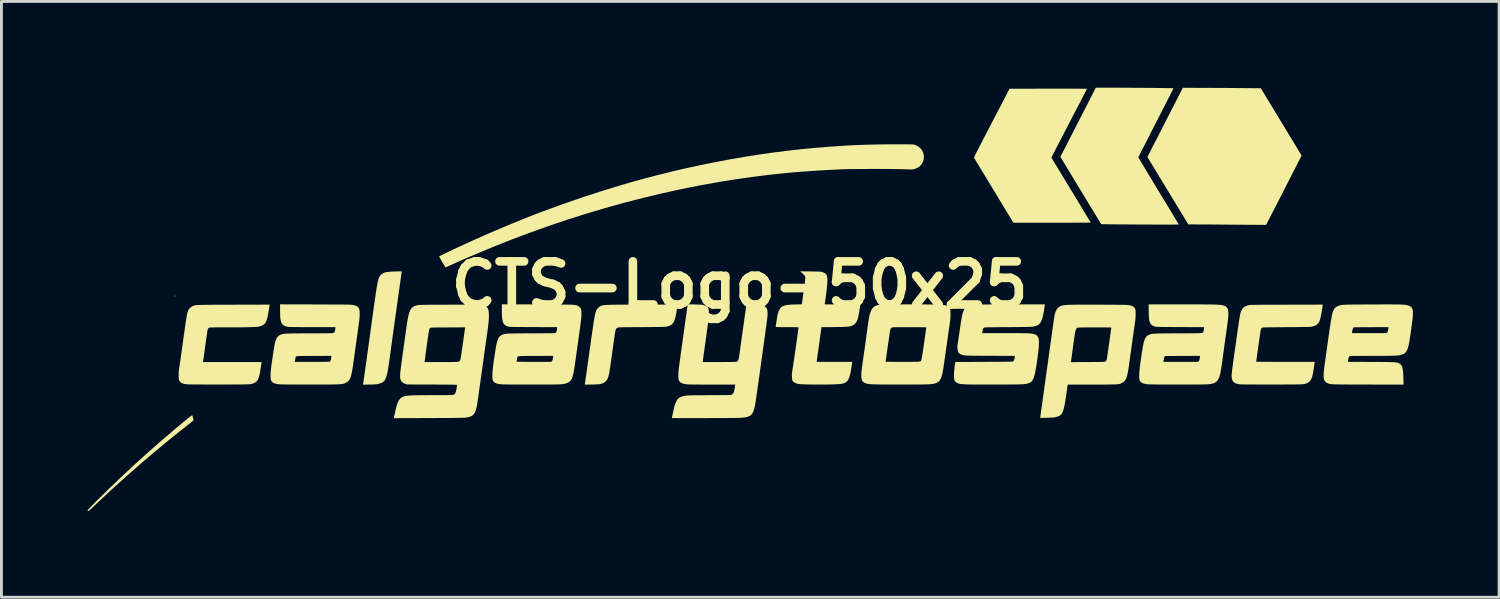
<source format=kicad_pcb>
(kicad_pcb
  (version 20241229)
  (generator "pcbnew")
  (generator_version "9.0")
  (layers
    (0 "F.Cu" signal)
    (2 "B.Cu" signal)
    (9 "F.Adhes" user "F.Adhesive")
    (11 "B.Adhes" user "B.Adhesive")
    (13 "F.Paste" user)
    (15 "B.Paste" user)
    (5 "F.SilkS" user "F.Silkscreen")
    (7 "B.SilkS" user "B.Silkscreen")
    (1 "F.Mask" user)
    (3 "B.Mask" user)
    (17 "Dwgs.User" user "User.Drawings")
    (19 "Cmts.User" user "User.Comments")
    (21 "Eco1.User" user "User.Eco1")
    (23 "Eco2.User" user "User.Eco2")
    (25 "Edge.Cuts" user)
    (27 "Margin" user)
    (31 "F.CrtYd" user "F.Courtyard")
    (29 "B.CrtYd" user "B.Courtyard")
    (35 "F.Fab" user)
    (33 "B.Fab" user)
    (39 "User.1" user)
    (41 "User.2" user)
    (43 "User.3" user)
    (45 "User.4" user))
  (footprint "CTS-Logo-50x25"
    (layer "F.Cu")
    (at 22.688 6.867)
    (property "Reference" "CTS-Logo-50x25" (at 0 0 0) (layer "F.SilkS") (effects (font (size 1.5 1.5) (thickness 0.3))))
    (attr board_only exclude_from_pos_files exclude_from_bom)
    (fp_poly (pts (xy -19.644 0.366) (xy -19.643 0.386) (xy -19.649 0.416) (xy -19.65 0.421) (xy -19.654 0.433) (xy -19.656 0.432) (xy -19.657 0.417) (xy -19.657 0.402) (xy -19.656 0.377) (xy -19.653 0.362) (xy -19.65 0.358)) (stroke (width 0) (type solid)) (fill yes) (layer "F.SilkS"))
    (fp_poly (pts (xy -19.049 4.535) (xy -19.044 4.548) (xy -19.036 4.572) (xy -19.027 4.603) (xy -19.017 4.636) (xy -19.009 4.667) (xy -19.002 4.691) (xy -19 4.704) (xy -19 4.704) (xy -19.006 4.712) (xy -19.024 4.728) (xy -19.051 4.751) (xy -19.086 4.779) (xy -19.126 4.811) (xy -19.144 4.825) (xy -19.439 5.057) (xy -19.742 5.299) (xy -20.049 5.551) (xy -20.36 5.81) (xy -20.672 6.074) (xy -20.982 6.341) (xy -21.289 6.61) (xy -21.59 6.879) (xy -21.884 7.146) (xy -22.167 7.409) (xy -22.439 7.666) (xy -22.485 7.71) (xy -22.538 7.761) (xy -22.581 7.8) (xy -22.614 7.83) (xy -22.639 7.85) (xy -22.658 7.861) (xy -22.671 7.865) (xy -22.68 7.863) (xy -22.686 7.854) (xy -22.688 7.849) (xy -22.688 7.844) (xy -22.685 7.836) (xy -22.677 7.825) (xy -22.665 7.811) (xy -22.648 7.791) (xy -22.624 7.765) (xy -22.593 7.733) (xy -22.554 7.693) (xy -22.506 7.645) (xy -22.449 7.587) (xy -22.382 7.52) (xy -22.303 7.442) (xy -22.295 7.434) (xy -21.873 7.019) (xy -21.448 6.614) (xy -21.018 6.216) (xy -20.581 5.821) (xy -20.132 5.427) (xy -19.671 5.033) (xy -19.646 5.013) (xy -19.536 4.92) (xy -19.437 4.837) (xy -19.351 4.766) (xy -19.276 4.704) (xy -19.212 4.652) (xy -19.16 4.61) (xy -19.118 4.578) (xy -19.086 4.555) (xy -19.064 4.54) (xy -19.052 4.534)) (stroke (width 0) (type solid)) (fill yes) (layer "F.SilkS"))
    (fp_poly (pts (xy 16.267 -6.859) (xy 16.399 -6.859) (xy 16.535 -6.858) (xy 16.675 -6.857) (xy 16.815 -6.856) (xy 16.954 -6.856) (xy 17.09 -6.855) (xy 17.219 -6.854) (xy 17.34 -6.853) (xy 17.451 -6.852) (xy 17.55 -6.851) (xy 17.625 -6.851) (xy 18.137 -6.846) (xy 18.263 -6.638) (xy 18.283 -6.604) (xy 18.311 -6.558) (xy 18.346 -6.5) (xy 18.388 -6.43) (xy 18.437 -6.351) (xy 18.49 -6.263) (xy 18.548 -6.167) (xy 18.611 -6.064) (xy 18.676 -5.956) (xy 18.745 -5.843) (xy 18.815 -5.727) (xy 18.887 -5.608) (xy 18.96 -5.488) (xy 18.971 -5.471) (xy 19.041 -5.355) (xy 19.109 -5.243) (xy 19.174 -5.136) (xy 19.235 -5.034) (xy 19.293 -4.939) (xy 19.346 -4.851) (xy 19.394 -4.771) (xy 19.437 -4.7) (xy 19.473 -4.638) (xy 19.504 -4.587) (xy 19.527 -4.548) (xy 19.543 -4.52) (xy 19.552 -4.506) (xy 19.553 -4.504) (xy 19.549 -4.496) (xy 19.538 -4.473) (xy 19.52 -4.438) (xy 19.496 -4.39) (xy 19.466 -4.33) (xy 19.43 -4.26) (xy 19.389 -4.179) (xy 19.343 -4.089) (xy 19.293 -3.99) (xy 19.239 -3.884) (xy 19.181 -3.771) (xy 19.12 -3.651) (xy 19.056 -3.527) (xy 18.99 -3.397) (xy 18.937 -3.293) (xy 18.321 -2.092) (xy 18 -2.093) (xy 17.939 -2.094) (xy 17.862 -2.094) (xy 17.774 -2.095) (xy 17.675 -2.095) (xy 17.568 -2.096) (xy 17.456 -2.097) (xy 17.34 -2.098) (xy 17.223 -2.099) (xy 17.106 -2.1) (xy 17.008 -2.1) (xy 16.893 -2.101) (xy 16.773 -2.102) (xy 16.652 -2.103) (xy 16.532 -2.104) (xy 16.415 -2.105) (xy 16.304 -2.105) (xy 16.201 -2.106) (xy 16.108 -2.107) (xy 16.027 -2.107) (xy 15.975 -2.107) (xy 15.612 -2.108) (xy 15.088 -2.973) (xy 15.017 -3.09) (xy 14.945 -3.208) (xy 14.874 -3.325) (xy 14.804 -3.44) (xy 14.736 -3.552) (xy 14.671 -3.659) (xy 14.61 -3.761) (xy 14.552 -3.855) (xy 14.5 -3.941) (xy 14.454 -4.017) (xy 14.415 -4.081) (xy 14.384 -4.133) (xy 14.376 -4.145) (xy 14.189 -4.453) (xy 14.328 -4.725) (xy 14.349 -4.767) (xy 14.378 -4.824) (xy 14.413 -4.892) (xy 14.454 -4.972) (xy 14.5 -5.061) (xy 14.55 -5.159) (xy 14.604 -5.264) (xy 14.661 -5.376) (xy 14.72 -5.491) (xy 14.781 -5.611) (xy 14.844 -5.732) (xy 14.906 -5.855) (xy 14.944 -5.929) (xy 15.422 -6.862)) (stroke (width 0) (type solid)) (fill yes) (layer "F.SilkS"))
    (fp_poly (pts (xy -11.768 -0.475) (xy -11.758 -0.474) (xy -11.758 -0.473) (xy -11.759 -0.465) (xy -11.763 -0.441) (xy -11.768 -0.402) (xy -11.775 -0.351) (xy -11.784 -0.288) (xy -11.795 -0.213) (xy -11.806 -0.13) (xy -11.819 -0.037) (xy -11.833 0.063) (xy -11.848 0.169) (xy -11.864 0.281) (xy -11.871 0.33) (xy -11.89 0.463) (xy -11.91 0.61) (xy -11.932 0.767) (xy -11.955 0.932) (xy -11.979 1.101) (xy -12.003 1.272) (xy -12.026 1.442) (xy -12.049 1.607) (xy -12.071 1.765) (xy -12.091 1.912) (xy -12.101 1.983) (xy -12.121 2.133) (xy -12.14 2.267) (xy -12.156 2.386) (xy -12.171 2.492) (xy -12.184 2.586) (xy -12.195 2.668) (xy -12.206 2.74) (xy -12.215 2.802) (xy -12.223 2.855) (xy -12.23 2.901) (xy -12.236 2.941) (xy -12.242 2.975) (xy -12.248 3.005) (xy -12.253 3.031) (xy -12.258 3.054) (xy -12.263 3.077) (xy -12.268 3.098) (xy -12.27 3.106) (xy -12.292 3.185) (xy -12.315 3.249) (xy -12.341 3.301) (xy -12.372 3.342) (xy -12.408 3.374) (xy -12.451 3.4) (xy -12.49 3.417) (xy -12.524 3.429) (xy -12.556 3.438) (xy -12.589 3.446) (xy -12.626 3.452) (xy -12.668 3.456) (xy -12.72 3.459) (xy -12.782 3.462) (xy -12.858 3.464) (xy -12.876 3.464) (xy -13.106 3.469) (xy -13.103 3.449) (xy -13.1 3.432) (xy -13.096 3.4) (xy -13.089 3.353) (xy -13.08 3.293) (xy -13.07 3.221) (xy -13.058 3.138) (xy -13.045 3.045) (xy -13.031 2.943) (xy -13.015 2.833) (xy -12.999 2.717) (xy -12.982 2.594) (xy -12.964 2.468) (xy -12.946 2.337) (xy -12.928 2.205) (xy -12.909 2.071) (xy -12.89 1.936) (xy -12.872 1.803) (xy -12.854 1.671) (xy -12.836 1.543) (xy -12.819 1.419) (xy -12.802 1.299) (xy -12.796 1.25) (xy -12.771 1.069) (xy -12.748 0.903) (xy -12.727 0.752) (xy -12.708 0.615) (xy -12.69 0.492) (xy -12.674 0.381) (xy -12.66 0.282) (xy -12.646 0.194) (xy -12.634 0.117) (xy -12.623 0.048) (xy -12.612 -0.012) (xy -12.602 -0.063) (xy -12.593 -0.108) (xy -12.584 -0.147) (xy -12.575 -0.18) (xy -12.566 -0.209) (xy -12.558 -0.233) (xy -12.549 -0.255) (xy -12.54 -0.274) (xy -12.53 -0.292) (xy -12.52 -0.309) (xy -12.489 -0.348) (xy -12.448 -0.384) (xy -12.403 -0.413) (xy -12.377 -0.425) (xy -12.348 -0.434) (xy -12.308 -0.443) (xy -12.266 -0.451) (xy -12.247 -0.454) (xy -12.22 -0.457) (xy -12.183 -0.46) (xy -12.137 -0.463) (xy -12.085 -0.466) (xy -12.03 -0.469) (xy -11.974 -0.471) (xy -11.92 -0.473) (xy -11.87 -0.474) (xy -11.826 -0.475) (xy -11.791 -0.476)) (stroke (width 0) (type solid)) (fill yes) (layer "F.SilkS"))
    (fp_poly (pts (xy 12.874 -6.866) (xy 12.957 -6.866) (xy 13.049 -6.866) (xy 13.149 -6.866) (xy 13.256 -6.865) (xy 13.369 -6.865) (xy 13.486 -6.864) (xy 13.606 -6.863) (xy 13.729 -6.862) (xy 13.853 -6.861) (xy 13.978 -6.861) (xy 14.101 -6.86) (xy 14.222 -6.859) (xy 14.34 -6.858) (xy 14.453 -6.857) (xy 14.561 -6.855) (xy 14.662 -6.854) (xy 14.755 -6.853) (xy 14.84 -6.852) (xy 14.914 -6.851) (xy 14.977 -6.851) (xy 15.028 -6.85) (xy 15.066 -6.849) (xy 15.089 -6.848) (xy 15.097 -6.848) (xy 15.094 -6.84) (xy 15.083 -6.818) (xy 15.066 -6.783) (xy 15.042 -6.736) (xy 15.012 -6.676) (xy 14.977 -6.606) (xy 14.936 -6.526) (xy 14.891 -6.437) (xy 14.841 -6.339) (xy 14.787 -6.233) (xy 14.729 -6.12) (xy 14.669 -6.001) (xy 14.605 -5.877) (xy 14.539 -5.748) (xy 14.488 -5.649) (xy 14.421 -5.517) (xy 14.355 -5.389) (xy 14.292 -5.265) (xy 14.232 -5.147) (xy 14.175 -5.036) (xy 14.122 -4.932) (xy 14.072 -4.835) (xy 14.028 -4.748) (xy 13.988 -4.67) (xy 13.953 -4.602) (xy 13.924 -4.545) (xy 13.901 -4.5) (xy 13.885 -4.468) (xy 13.876 -4.45) (xy 13.874 -4.445) (xy 13.877 -4.437) (xy 13.89 -4.415) (xy 13.91 -4.381) (xy 13.937 -4.335) (xy 13.971 -4.278) (xy 14.011 -4.21) (xy 14.058 -4.132) (xy 14.11 -4.046) (xy 14.167 -3.951) (xy 14.228 -3.849) (xy 14.294 -3.74) (xy 14.363 -3.625) (xy 14.436 -3.505) (xy 14.511 -3.38) (xy 14.575 -3.275) (xy 14.652 -3.147) (xy 14.727 -3.024) (xy 14.8 -2.905) (xy 14.869 -2.791) (xy 14.934 -2.683) (xy 14.995 -2.582) (xy 15.051 -2.489) (xy 15.103 -2.404) (xy 15.149 -2.328) (xy 15.188 -2.262) (xy 15.222 -2.207) (xy 15.248 -2.163) (xy 15.267 -2.131) (xy 15.279 -2.112) (xy 15.282 -2.107) (xy 15.274 -2.106) (xy 15.251 -2.105) (xy 15.211 -2.104) (xy 15.158 -2.103) (xy 15.09 -2.102) (xy 15.008 -2.102) (xy 14.914 -2.102) (xy 14.808 -2.102) (xy 14.691 -2.102) (xy 14.562 -2.102) (xy 14.423 -2.102) (xy 14.275 -2.103) (xy 14.118 -2.103) (xy 13.953 -2.104) (xy 13.78 -2.105) (xy 13.6 -2.106) (xy 13.414 -2.108) (xy 13.306 -2.108) (xy 13.198 -2.109) (xy 13.095 -2.11) (xy 12.997 -2.111) (xy 12.907 -2.112) (xy 12.826 -2.113) (xy 12.754 -2.114) (xy 12.692 -2.115) (xy 12.643 -2.115) (xy 12.608 -2.116) (xy 12.586 -2.117) (xy 12.581 -2.117) (xy 12.576 -2.125) (xy 12.563 -2.146) (xy 12.543 -2.179) (xy 12.515 -2.225) (xy 12.48 -2.282) (xy 12.44 -2.349) (xy 12.393 -2.427) (xy 12.34 -2.513) (xy 12.283 -2.607) (xy 12.221 -2.709) (xy 12.155 -2.818) (xy 12.086 -2.933) (xy 12.013 -3.053) (xy 11.937 -3.178) (xy 11.869 -3.29) (xy 11.161 -4.459) (xy 11.245 -4.623) (xy 11.259 -4.65) (xy 11.28 -4.692) (xy 11.308 -4.745) (xy 11.342 -4.811) (xy 11.381 -4.888) (xy 11.425 -4.974) (xy 11.474 -5.069) (xy 11.526 -5.171) (xy 11.582 -5.28) (xy 11.641 -5.395) (xy 11.702 -5.514) (xy 11.765 -5.637) (xy 11.829 -5.762) (xy 11.862 -5.827) (xy 12.395 -6.867)) (stroke (width 0) (type solid)) (fill yes) (layer "F.SilkS"))
    (fp_poly (pts (xy 11.305 -6.832) (xy 11.43 -6.831) (xy 11.547 -6.831) (xy 11.654 -6.831) (xy 11.752 -6.831) (xy 11.84 -6.83) (xy 11.915 -6.83) (xy 11.978 -6.829) (xy 12.028 -6.829) (xy 12.064 -6.828) (xy 12.084 -6.828) (xy 12.089 -6.827) (xy 12.084 -6.818) (xy 12.072 -6.796) (xy 12.054 -6.76) (xy 12.029 -6.713) (xy 11.999 -6.654) (xy 11.963 -6.586) (xy 11.923 -6.509) (xy 11.879 -6.424) (xy 11.831 -6.331) (xy 11.779 -6.233) (xy 11.726 -6.129) (xy 11.67 -6.022) (xy 11.612 -5.911) (xy 11.553 -5.798) (xy 11.494 -5.683) (xy 11.434 -5.569) (xy 11.375 -5.455) (xy 11.317 -5.342) (xy 11.26 -5.233) (xy 11.205 -5.126) (xy 11.152 -5.025) (xy 11.102 -4.929) (xy 11.056 -4.839) (xy 11.013 -4.757) (xy 10.975 -4.684) (xy 10.942 -4.619) (xy 10.914 -4.565) (xy 10.892 -4.523) (xy 10.876 -4.492) (xy 10.867 -4.475) (xy 10.866 -4.472) (xy 10.847 -4.434) (xy 10.889 -4.365) (xy 10.94 -4.281) (xy 10.995 -4.19) (xy 11.054 -4.093) (xy 11.116 -3.991) (xy 11.181 -3.884) (xy 11.248 -3.774) (xy 11.316 -3.661) (xy 11.386 -3.546) (xy 11.456 -3.431) (xy 11.526 -3.315) (xy 11.596 -3.2) (xy 11.664 -3.087) (xy 11.731 -2.976) (xy 11.796 -2.869) (xy 11.858 -2.766) (xy 11.917 -2.669) (xy 11.972 -2.577) (xy 12.023 -2.493) (xy 12.069 -2.416) (xy 12.11 -2.349) (xy 12.145 -2.29) (xy 12.174 -2.243) (xy 12.196 -2.207) (xy 12.21 -2.183) (xy 12.216 -2.172) (xy 12.217 -2.171) (xy 12.208 -2.171) (xy 12.185 -2.17) (xy 12.146 -2.17) (xy 12.093 -2.169) (xy 12.027 -2.169) (xy 11.948 -2.169) (xy 11.859 -2.168) (xy 11.758 -2.168) (xy 11.648 -2.168) (xy 11.53 -2.167) (xy 11.403 -2.167) (xy 11.27 -2.167) (xy 11.13 -2.167) (xy 10.985 -2.167) (xy 10.871 -2.167) (xy 9.526 -2.167) (xy 9.464 -2.269) (xy 9.453 -2.288) (xy 9.433 -2.321) (xy 9.406 -2.366) (xy 9.371 -2.422) (xy 9.331 -2.489) (xy 9.284 -2.566) (xy 9.232 -2.652) (xy 9.176 -2.745) (xy 9.115 -2.846) (xy 9.05 -2.952) (xy 8.982 -3.064) (xy 8.912 -3.18) (xy 8.839 -3.3) (xy 8.786 -3.388) (xy 8.714 -3.507) (xy 8.643 -3.623) (xy 8.576 -3.734) (xy 8.512 -3.84) (xy 8.451 -3.94) (xy 8.395 -4.032) (xy 8.344 -4.117) (xy 8.298 -4.193) (xy 8.257 -4.26) (xy 8.223 -4.316) (xy 8.196 -4.362) (xy 8.176 -4.395) (xy 8.163 -4.416) (xy 8.159 -4.423) (xy 8.158 -4.427) (xy 8.159 -4.433) (xy 8.161 -4.443) (xy 8.166 -4.456) (xy 8.174 -4.475) (xy 8.184 -4.499) (xy 8.199 -4.529) (xy 8.218 -4.567) (xy 8.241 -4.614) (xy 8.269 -4.669) (xy 8.302 -4.734) (xy 8.342 -4.81) (xy 8.387 -4.898) (xy 8.439 -4.999) (xy 8.498 -5.113) (xy 8.536 -5.185) (xy 8.597 -5.302) (xy 8.66 -5.422) (xy 8.724 -5.546) (xy 8.788 -5.669) (xy 8.852 -5.792) (xy 8.914 -5.911) (xy 8.973 -6.025) (xy 9.029 -6.132) (xy 9.08 -6.23) (xy 9.125 -6.316) (xy 9.157 -6.379) (xy 9.391 -6.829) (xy 10.742 -6.831) (xy 10.89 -6.831) (xy 11.034 -6.832) (xy 11.173 -6.832)) (stroke (width 0) (type solid)) (fill yes) (layer "F.SilkS"))
    (fp_poly (pts (xy -2.163 0.706) (xy -2.165 0.721) (xy -2.17 0.75) (xy -2.176 0.789) (xy -2.183 0.836) (xy -2.191 0.888) (xy -2.192 0.895) (xy -2.21 1.002) (xy -2.228 1.093) (xy -2.248 1.17) (xy -2.269 1.235) (xy -2.294 1.288) (xy -2.323 1.332) (xy -2.356 1.367) (xy -2.394 1.396) (xy -2.439 1.418) (xy -2.49 1.437) (xy -2.517 1.444) (xy -2.528 1.447) (xy -2.539 1.449) (xy -2.552 1.451) (xy -2.569 1.453) (xy -2.588 1.455) (xy -2.613 1.456) (xy -2.644 1.458) (xy -2.681 1.459) (xy -2.727 1.46) (xy -2.781 1.461) (xy -2.846 1.462) (xy -2.922 1.462) (xy -3.009 1.463) (xy -3.11 1.464) (xy -3.226 1.465) (xy -3.356 1.465) (xy -3.4 1.466) (xy -3.535 1.467) (xy -3.655 1.467) (xy -3.759 1.468) (xy -3.85 1.469) (xy -3.929 1.469) (xy -3.996 1.47) (xy -4.052 1.471) (xy -4.099 1.472) (xy -4.137 1.473) (xy -4.167 1.474) (xy -4.191 1.475) (xy -4.21 1.477) (xy -4.223 1.479) (xy -4.234 1.481) (xy -4.241 1.483) (xy -4.248 1.485) (xy -4.253 1.488) (xy -4.254 1.489) (xy -4.279 1.506) (xy -4.298 1.527) (xy -4.312 1.557) (xy -4.324 1.599) (xy -4.328 1.617) (xy -4.332 1.635) (xy -4.337 1.669) (xy -4.344 1.716) (xy -4.353 1.775) (xy -4.363 1.845) (xy -4.374 1.924) (xy -4.387 2.01) (xy -4.4 2.103) (xy -4.413 2.201) (xy -4.425 2.288) (xy -4.444 2.428) (xy -4.462 2.552) (xy -4.477 2.663) (xy -4.491 2.76) (xy -4.504 2.845) (xy -4.515 2.918) (xy -4.525 2.982) (xy -4.534 3.036) (xy -4.543 3.083) (xy -4.551 3.122) (xy -4.559 3.156) (xy -4.567 3.184) (xy -4.575 3.209) (xy -4.583 3.232) (xy -4.592 3.253) (xy -4.601 3.272) (xy -4.637 3.328) (xy -4.686 3.376) (xy -4.746 3.413) (xy -4.817 3.439) (xy -4.867 3.45) (xy -4.892 3.453) (xy -4.931 3.455) (xy -4.981 3.458) (xy -5.038 3.461) (xy -5.1 3.463) (xy -5.16 3.464) (xy -5.228 3.466) (xy -5.281 3.466) (xy -5.321 3.467) (xy -5.35 3.466) (xy -5.369 3.465) (xy -5.38 3.464) (xy -5.386 3.461) (xy -5.388 3.457) (xy -5.387 3.453) (xy -5.385 3.443) (xy -5.382 3.418) (xy -5.376 3.377) (xy -5.368 3.324) (xy -5.359 3.258) (xy -5.348 3.181) (xy -5.335 3.093) (xy -5.322 2.996) (xy -5.307 2.89) (xy -5.291 2.777) (xy -5.274 2.658) (xy -5.257 2.534) (xy -5.241 2.425) (xy -5.216 2.243) (xy -5.192 2.076) (xy -5.171 1.924) (xy -5.151 1.786) (xy -5.133 1.662) (xy -5.117 1.551) (xy -5.102 1.451) (xy -5.089 1.362) (xy -5.077 1.284) (xy -5.066 1.215) (xy -5.056 1.155) (xy -5.046 1.103) (xy -5.038 1.058) (xy -5.03 1.02) (xy -5.022 0.987) (xy -5.014 0.959) (xy -5.007 0.935) (xy -5 0.914) (xy -4.992 0.896) (xy -4.985 0.88) (xy -4.977 0.864) (xy -4.971 0.854) (xy -4.944 0.818) (xy -4.909 0.782) (xy -4.871 0.752) (xy -4.839 0.734) (xy -4.823 0.728) (xy -4.808 0.722) (xy -4.791 0.716) (xy -4.772 0.711) (xy -4.751 0.707) (xy -4.727 0.703) (xy -4.698 0.7) (xy -4.664 0.697) (xy -4.625 0.694) (xy -4.579 0.692) (xy -4.525 0.69) (xy -4.464 0.688) (xy -4.393 0.687) (xy -4.312 0.686) (xy -4.221 0.685) (xy -4.118 0.685) (xy -4.003 0.684) (xy -3.875 0.684) (xy -3.732 0.684) (xy -3.575 0.683) (xy -3.402 0.683) (xy -3.344 0.683) (xy -2.159 0.683)) (stroke (width 0) (type solid)) (fill yes) (layer "F.SilkS"))
    (fp_poly (pts (xy 5.711 -4.895) (xy 5.787 -4.895) (xy 5.851 -4.895) (xy 5.904 -4.894) (xy 5.948 -4.893) (xy 5.983 -4.893) (xy 6.012 -4.891) (xy 6.034 -4.89) (xy 6.051 -4.888) (xy 6.065 -4.886) (xy 6.076 -4.884) (xy 6.087 -4.881) (xy 6.088 -4.881) (xy 6.17 -4.847) (xy 6.241 -4.802) (xy 6.302 -4.746) (xy 6.35 -4.681) (xy 6.385 -4.607) (xy 6.406 -4.526) (xy 6.411 -4.454) (xy 6.404 -4.37) (xy 6.381 -4.292) (xy 6.344 -4.221) (xy 6.294 -4.158) (xy 6.232 -4.106) (xy 6.158 -4.065) (xy 6.152 -4.063) (xy 6.12 -4.05) (xy 6.092 -4.039) (xy 6.066 -4.031) (xy 6.038 -4.026) (xy 6.007 -4.022) (xy 5.971 -4.021) (xy 5.926 -4.021) (xy 5.871 -4.022) (xy 5.804 -4.024) (xy 5.75 -4.027) (xy 5.693 -4.029) (xy 5.621 -4.031) (xy 5.536 -4.032) (xy 5.44 -4.034) (xy 5.333 -4.035) (xy 5.218 -4.036) (xy 5.096 -4.037) (xy 4.968 -4.037) (xy 4.837 -4.038) (xy 4.704 -4.038) (xy 4.571 -4.038) (xy 4.439 -4.037) (xy 4.309 -4.037) (xy 4.184 -4.036) (xy 4.065 -4.035) (xy 3.953 -4.034) (xy 3.851 -4.033) (xy 3.76 -4.032) (xy 3.681 -4.03) (xy 3.616 -4.028) (xy 3.583 -4.027) (xy 3.272 -4.012) (xy 2.975 -3.996) (xy 2.691 -3.98) (xy 2.418 -3.961) (xy 2.153 -3.942) (xy 1.895 -3.921) (xy 1.641 -3.898) (xy 1.389 -3.873) (xy 1.138 -3.846) (xy 0.886 -3.816) (xy 0.629 -3.784) (xy 0.368 -3.749) (xy 0.098 -3.711) (xy -0.1 -3.683) (xy -0.745 -3.58) (xy -1.397 -3.463) (xy -2.053 -3.332) (xy -2.713 -3.186) (xy -3.376 -3.027) (xy -4.04 -2.855) (xy -4.704 -2.67) (xy -5.367 -2.472) (xy -6.028 -2.262) (xy -6.685 -2.04) (xy -7.337 -1.807) (xy -7.984 -1.562) (xy -8.283 -1.443) (xy -8.444 -1.379) (xy -8.609 -1.312) (xy -8.777 -1.243) (xy -8.945 -1.173) (xy -9.111 -1.103) (xy -9.275 -1.034) (xy -9.435 -0.966) (xy -9.588 -0.9) (xy -9.733 -0.837) (xy -9.868 -0.777) (xy -9.992 -0.721) (xy -10.103 -0.671) (xy -10.143 -0.652) (xy -10.232 -0.61) (xy -10.282 -0.686) (xy -10.353 -0.801) (xy -10.413 -0.91) (xy -10.427 -0.938) (xy -10.457 -0.997) (xy -10.376 -1.037) (xy -10.298 -1.076) (xy -10.207 -1.12) (xy -10.104 -1.169) (xy -9.992 -1.222) (xy -9.872 -1.278) (xy -9.747 -1.336) (xy -9.618 -1.396) (xy -9.487 -1.456) (xy -9.357 -1.515) (xy -9.229 -1.573) (xy -9.105 -1.629) (xy -8.987 -1.682) (xy -8.877 -1.731) (xy -8.777 -1.774) (xy -8.713 -1.802) (xy -8.494 -1.895) (xy -8.289 -1.982) (xy -8.097 -2.063) (xy -7.914 -2.139) (xy -7.741 -2.21) (xy -7.575 -2.277) (xy -7.414 -2.342) (xy -7.258 -2.403) (xy -7.105 -2.463) (xy -6.953 -2.521) (xy -6.821 -2.571) (xy -6.143 -2.818) (xy -5.47 -3.05) (xy -4.798 -3.269) (xy -4.127 -3.474) (xy -3.763 -3.579) (xy -3.678 -3.603) (xy -3.602 -3.625) (xy -3.531 -3.644) (xy -3.464 -3.663) (xy -3.398 -3.681) (xy -3.332 -3.699) (xy -3.262 -3.718) (xy -3.186 -3.738) (xy -3.103 -3.759) (xy -3.01 -3.783) (xy -2.905 -3.811) (xy -2.817 -3.833) (xy -2.337 -3.953) (xy -1.848 -4.067) (xy -1.351 -4.174) (xy -0.849 -4.275) (xy -0.345 -4.37) (xy 0.16 -4.457) (xy 0.664 -4.537) (xy 1.163 -4.608) (xy 1.655 -4.671) (xy 2.139 -4.725) (xy 2.611 -4.77) (xy 2.617 -4.771) (xy 2.9 -4.794) (xy 3.17 -4.815) (xy 3.429 -4.833) (xy 3.679 -4.849) (xy 3.924 -4.862) (xy 4.166 -4.872) (xy 4.408 -4.881) (xy 4.652 -4.887) (xy 4.901 -4.892) (xy 5.159 -4.894) (xy 5.4 -4.895) (xy 5.519 -4.895) (xy 5.622 -4.895)) (stroke (width 0) (type solid)) (fill yes) (layer "F.SilkS"))
    (fp_poly (pts (xy -16.362 0.731) (xy -16.368 0.775) (xy -16.376 0.829) (xy -16.386 0.89) (xy -16.397 0.953) (xy -16.409 1.015) (xy -16.419 1.072) (xy -16.429 1.119) (xy -16.437 1.154) (xy -16.462 1.232) (xy -16.492 1.297) (xy -16.529 1.348) (xy -16.576 1.389) (xy -16.634 1.419) (xy -16.703 1.442) (xy -16.723 1.447) (xy -16.756 1.452) (xy -16.805 1.457) (xy -16.871 1.461) (xy -16.953 1.464) (xy -17.051 1.467) (xy -17.166 1.47) (xy -17.296 1.472) (xy -17.442 1.473) (xy -17.604 1.474) (xy -17.781 1.474) (xy -17.842 1.474) (xy -17.967 1.474) (xy -18.076 1.474) (xy -18.17 1.474) (xy -18.25 1.475) (xy -18.315 1.476) (xy -18.367 1.477) (xy -18.405 1.479) (xy -18.432 1.48) (xy -18.447 1.483) (xy -18.448 1.483) (xy -18.474 1.493) (xy -18.491 1.509) (xy -18.499 1.523) (xy -18.502 1.531) (xy -18.506 1.538) (xy -18.509 1.547) (xy -18.512 1.558) (xy -18.515 1.573) (xy -18.519 1.592) (xy -18.524 1.618) (xy -18.529 1.651) (xy -18.535 1.693) (xy -18.543 1.744) (xy -18.551 1.806) (xy -18.562 1.88) (xy -18.574 1.968) (xy -18.588 2.07) (xy -18.6 2.15) (xy -18.612 2.238) (xy -18.624 2.322) (xy -18.635 2.4) (xy -18.644 2.471) (xy -18.653 2.532) (xy -18.66 2.583) (xy -18.666 2.622) (xy -18.67 2.647) (xy -18.671 2.656) (xy -18.676 2.683) (xy -17.656 2.683) (xy -16.636 2.683) (xy -16.659 2.843) (xy -16.676 2.951) (xy -16.692 3.044) (xy -16.708 3.122) (xy -16.725 3.189) (xy -16.743 3.244) (xy -16.762 3.289) (xy -16.784 3.326) (xy -16.808 3.356) (xy -16.836 3.38) (xy -16.868 3.4) (xy -16.893 3.412) (xy -16.909 3.419) (xy -16.924 3.425) (xy -16.938 3.431) (xy -16.953 3.436) (xy -16.969 3.441) (xy -16.987 3.445) (xy -17.009 3.448) (xy -17.034 3.451) (xy -17.065 3.454) (xy -17.102 3.456) (xy -17.146 3.457) (xy -17.198 3.459) (xy -17.258 3.46) (xy -17.328 3.461) (xy -17.409 3.461) (xy -17.501 3.462) (xy -17.606 3.462) (xy -17.725 3.463) (xy -17.857 3.463) (xy -18.006 3.463) (xy -18.079 3.463) (xy -18.21 3.463) (xy -18.338 3.463) (xy -18.462 3.463) (xy -18.581 3.463) (xy -18.692 3.463) (xy -18.796 3.462) (xy -18.891 3.462) (xy -18.976 3.461) (xy -19.05 3.46) (xy -19.112 3.46) (xy -19.16 3.459) (xy -19.193 3.458) (xy -19.206 3.457) (xy -19.287 3.449) (xy -19.353 3.436) (xy -19.406 3.417) (xy -19.447 3.392) (xy -19.479 3.36) (xy -19.499 3.325) (xy -19.507 3.307) (xy -19.513 3.291) (xy -19.517 3.274) (xy -19.519 3.252) (xy -19.52 3.222) (xy -19.52 3.18) (xy -19.52 3.138) (xy -19.519 3.085) (xy -19.517 3.038) (xy -19.514 2.992) (xy -19.509 2.943) (xy -19.502 2.887) (xy -19.492 2.819) (xy -19.488 2.796) (xy -19.478 2.725) (xy -19.466 2.644) (xy -19.453 2.558) (xy -19.441 2.475) (xy -19.43 2.399) (xy -19.429 2.388) (xy -19.404 2.207) (xy -19.381 2.042) (xy -19.36 1.893) (xy -19.341 1.757) (xy -19.323 1.635) (xy -19.308 1.526) (xy -19.294 1.428) (xy -19.281 1.342) (xy -19.27 1.266) (xy -19.259 1.199) (xy -19.25 1.141) (xy -19.241 1.091) (xy -19.234 1.048) (xy -19.227 1.012) (xy -19.22 0.982) (xy -19.214 0.956) (xy -19.207 0.935) (xy -19.201 0.916) (xy -19.195 0.901) (xy -19.189 0.887) (xy -19.183 0.874) (xy -19.176 0.862) (xy -19.171 0.853) (xy -19.137 0.809) (xy -19.091 0.769) (xy -19.039 0.738) (xy -19.035 0.736) (xy -19.021 0.73) (xy -19.008 0.724) (xy -18.995 0.719) (xy -18.981 0.715) (xy -18.965 0.711) (xy -18.947 0.707) (xy -18.925 0.704) (xy -18.899 0.701) (xy -18.868 0.699) (xy -18.831 0.697) (xy -18.787 0.695) (xy -18.736 0.693) (xy -18.677 0.692) (xy -18.609 0.691) (xy -18.531 0.69) (xy -18.441 0.689) (xy -18.341 0.688) (xy -18.228 0.688) (xy -18.102 0.687) (xy -17.961 0.687) (xy -17.806 0.686) (xy -17.635 0.686) (xy -17.597 0.686) (xy -16.356 0.683)) (stroke (width 0) (type solid)) (fill yes) (layer "F.SilkS"))
    (fp_poly (pts (xy 20.288 0.714) (xy 20.271 0.825) (xy 20.256 0.921) (xy 20.241 1.003) (xy 20.228 1.072) (xy 20.215 1.131) (xy 20.202 1.18) (xy 20.19 1.221) (xy 20.177 1.256) (xy 20.166 1.279) (xy 20.14 1.324) (xy 20.11 1.36) (xy 20.072 1.389) (xy 20.025 1.414) (xy 19.964 1.435) (xy 19.936 1.444) (xy 19.925 1.447) (xy 19.914 1.449) (xy 19.902 1.452) (xy 19.888 1.454) (xy 19.871 1.456) (xy 19.85 1.457) (xy 19.823 1.459) (xy 19.791 1.46) (xy 19.751 1.461) (xy 19.703 1.462) (xy 19.645 1.463) (xy 19.577 1.463) (xy 19.497 1.464) (xy 19.405 1.465) (xy 19.3 1.466) (xy 19.179 1.466) (xy 19.05 1.467) (xy 18.934 1.468) (xy 18.822 1.469) (xy 18.716 1.47) (xy 18.617 1.471) (xy 18.525 1.472) (xy 18.443 1.473) (xy 18.371 1.474) (xy 18.31 1.475) (xy 18.262 1.476) (xy 18.227 1.477) (xy 18.208 1.478) (xy 18.204 1.479) (xy 18.181 1.487) (xy 18.164 1.499) (xy 18.15 1.519) (xy 18.14 1.547) (xy 18.13 1.587) (xy 18.122 1.633) (xy 18.119 1.653) (xy 18.114 1.686) (xy 18.107 1.732) (xy 18.099 1.787) (xy 18.09 1.851) (xy 18.08 1.922) (xy 18.069 1.997) (xy 18.057 2.076) (xy 18.046 2.157) (xy 18.035 2.237) (xy 18.024 2.316) (xy 18.013 2.391) (xy 18.003 2.46) (xy 17.995 2.523) (xy 17.987 2.576) (xy 17.981 2.619) (xy 17.977 2.65) (xy 17.975 2.666) (xy 17.975 2.669) (xy 17.983 2.669) (xy 18.007 2.67) (xy 18.045 2.671) (xy 18.098 2.672) (xy 18.162 2.672) (xy 18.239 2.673) (xy 18.326 2.673) (xy 18.422 2.674) (xy 18.527 2.674) (xy 18.64 2.675) (xy 18.759 2.675) (xy 18.884 2.675) (xy 18.993 2.675) (xy 20.01 2.675) (xy 20.005 2.723) (xy 19.999 2.767) (xy 19.991 2.82) (xy 19.982 2.879) (xy 19.972 2.941) (xy 19.962 3.002) (xy 19.952 3.058) (xy 19.943 3.105) (xy 19.936 3.142) (xy 19.934 3.152) (xy 19.909 3.233) (xy 19.877 3.3) (xy 19.839 3.352) (xy 19.793 3.391) (xy 19.742 3.417) (xy 19.726 3.424) (xy 19.71 3.429) (xy 19.696 3.435) (xy 19.681 3.439) (xy 19.665 3.443) (xy 19.646 3.447) (xy 19.625 3.45) (xy 19.599 3.452) (xy 19.568 3.455) (xy 19.532 3.456) (xy 19.489 3.458) (xy 19.437 3.459) (xy 19.378 3.46) (xy 19.308 3.461) (xy 19.228 3.461) (xy 19.136 3.462) (xy 19.032 3.462) (xy 18.915 3.463) (xy 18.783 3.463) (xy 18.636 3.463) (xy 18.554 3.463) (xy 18.422 3.463) (xy 18.294 3.463) (xy 18.17 3.463) (xy 18.052 3.463) (xy 17.94 3.463) (xy 17.837 3.462) (xy 17.742 3.462) (xy 17.658 3.461) (xy 17.584 3.461) (xy 17.524 3.46) (xy 17.476 3.459) (xy 17.444 3.459) (xy 17.429 3.458) (xy 17.356 3.449) (xy 17.296 3.435) (xy 17.245 3.414) (xy 17.206 3.388) (xy 17.173 3.357) (xy 17.149 3.32) (xy 17.133 3.272) (xy 17.125 3.23) (xy 17.123 3.216) (xy 17.122 3.201) (xy 17.121 3.186) (xy 17.12 3.169) (xy 17.12 3.149) (xy 17.121 3.126) (xy 17.123 3.098) (xy 17.126 3.066) (xy 17.13 3.028) (xy 17.135 2.983) (xy 17.142 2.931) (xy 17.149 2.87) (xy 17.158 2.8) (xy 17.169 2.721) (xy 17.182 2.63) (xy 17.196 2.529) (xy 17.212 2.414) (xy 17.23 2.287) (xy 17.25 2.146) (xy 17.272 1.99) (xy 17.296 1.818) (xy 17.3 1.792) (xy 17.319 1.657) (xy 17.336 1.537) (xy 17.352 1.432) (xy 17.365 1.341) (xy 17.377 1.261) (xy 17.388 1.193) (xy 17.397 1.134) (xy 17.406 1.084) (xy 17.414 1.043) (xy 17.421 1.008) (xy 17.428 0.978) (xy 17.435 0.954) (xy 17.442 0.933) (xy 17.449 0.914) (xy 17.456 0.896) (xy 17.465 0.879) (xy 17.468 0.873) (xy 17.503 0.817) (xy 17.548 0.772) (xy 17.605 0.737) (xy 17.675 0.71) (xy 17.704 0.702) (xy 17.713 0.701) (xy 17.724 0.699) (xy 17.737 0.697) (xy 17.754 0.696) (xy 17.774 0.695) (xy 17.8 0.693) (xy 17.832 0.692) (xy 17.87 0.691) (xy 17.916 0.691) (xy 17.97 0.69) (xy 18.033 0.689) (xy 18.106 0.689) (xy 18.19 0.688) (xy 18.285 0.688) (xy 18.393 0.687) (xy 18.513 0.687) (xy 18.648 0.686) (xy 18.797 0.686) (xy 18.962 0.686) (xy 19.028 0.686) (xy 20.293 0.683)) (stroke (width 0) (type solid)) (fill yes) (layer "F.SilkS"))
    (fp_poly (pts (xy 15.389 0.675) (xy 15.561 0.675) (xy 15.718 0.675) (xy 15.86 0.675) (xy 15.988 0.676) (xy 16.103 0.676) (xy 16.205 0.677) (xy 16.296 0.677) (xy 16.376 0.678) (xy 16.447 0.679) (xy 16.508 0.681) (xy 16.561 0.682) (xy 16.608 0.684) (xy 16.648 0.686) (xy 16.682 0.688) (xy 16.712 0.691) (xy 16.738 0.693) (xy 16.761 0.697) (xy 16.782 0.7) (xy 16.802 0.704) (xy 16.802 0.704) (xy 16.862 0.72) (xy 16.911 0.743) (xy 16.948 0.773) (xy 16.976 0.812) (xy 16.994 0.862) (xy 17.004 0.923) (xy 17.007 0.998) (xy 17.005 1.049) (xy 17.004 1.072) (xy 17.002 1.095) (xy 17 1.118) (xy 16.998 1.143) (xy 16.996 1.169) (xy 16.993 1.2) (xy 16.989 1.235) (xy 16.983 1.276) (xy 16.977 1.323) (xy 16.97 1.379) (xy 16.961 1.445) (xy 16.951 1.52) (xy 16.939 1.607) (xy 16.925 1.707) (xy 16.909 1.821) (xy 16.891 1.949) (xy 16.883 2.004) (xy 16.869 2.11) (xy 16.854 2.214) (xy 16.84 2.314) (xy 16.827 2.409) (xy 16.815 2.498) (xy 16.803 2.578) (xy 16.794 2.648) (xy 16.786 2.706) (xy 16.779 2.751) (xy 16.775 2.782) (xy 16.775 2.783) (xy 16.758 2.899) (xy 16.741 3) (xy 16.723 3.086) (xy 16.704 3.159) (xy 16.683 3.221) (xy 16.661 3.271) (xy 16.637 3.312) (xy 16.61 3.345) (xy 16.607 3.349) (xy 16.571 3.379) (xy 16.53 3.404) (xy 16.481 3.423) (xy 16.423 3.438) (xy 16.353 3.449) (xy 16.269 3.457) (xy 16.254 3.458) (xy 16.225 3.459) (xy 16.182 3.46) (xy 16.125 3.461) (xy 16.056 3.462) (xy 15.975 3.463) (xy 15.885 3.464) (xy 15.787 3.464) (xy 15.682 3.465) (xy 15.571 3.465) (xy 15.457 3.465) (xy 15.34 3.465) (xy 15.222 3.465) (xy 15.104 3.465) (xy 14.987 3.465) (xy 14.874 3.465) (xy 14.765 3.464) (xy 14.662 3.464) (xy 14.566 3.463) (xy 14.479 3.462) (xy 14.402 3.461) (xy 14.336 3.46) (xy 14.283 3.459) (xy 14.244 3.458) (xy 14.226 3.457) (xy 14.141 3.448) (xy 14.07 3.434) (xy 14.014 3.413) (xy 13.97 3.385) (xy 13.938 3.351) (xy 13.925 3.329) (xy 13.917 3.313) (xy 13.912 3.297) (xy 13.908 3.28) (xy 13.906 3.257) (xy 13.905 3.226) (xy 13.905 3.184) (xy 13.905 3.15) (xy 13.906 3.103) (xy 13.908 3.051) (xy 13.912 2.994) (xy 13.918 2.93) (xy 13.926 2.857) (xy 13.936 2.776) (xy 13.949 2.684) (xy 13.95 2.675) (xy 14.745 2.675) (xy 15.347 2.675) (xy 15.949 2.675) (xy 15.971 2.656) (xy 15.987 2.634) (xy 16.001 2.6) (xy 16.011 2.558) (xy 16.016 2.514) (xy 16.017 2.502) (xy 16.017 2.466) (xy 15.412 2.469) (xy 14.807 2.471) (xy 14.791 2.491) (xy 14.778 2.511) (xy 14.771 2.528) (xy 14.768 2.545) (xy 14.763 2.572) (xy 14.757 2.605) (xy 14.756 2.61) (xy 14.745 2.675) (xy 13.95 2.675) (xy 13.964 2.58) (xy 13.981 2.464) (xy 14.001 2.334) (xy 14.024 2.188) (xy 14.029 2.154) (xy 14.048 2.054) (xy 14.069 1.969) (xy 14.094 1.899) (xy 14.123 1.841) (xy 14.157 1.794) (xy 14.197 1.758) (xy 14.244 1.732) (xy 14.299 1.713) (xy 14.312 1.709) (xy 14.334 1.705) (xy 14.359 1.701) (xy 14.39 1.698) (xy 14.426 1.695) (xy 14.469 1.692) (xy 14.52 1.69) (xy 14.58 1.688) (xy 14.65 1.687) (xy 14.731 1.685) (xy 14.824 1.685) (xy 14.93 1.684) (xy 15.05 1.683) (xy 15.184 1.683) (xy 15.279 1.683) (xy 15.389 1.683) (xy 15.495 1.682) (xy 15.595 1.682) (xy 15.689 1.681) (xy 15.775 1.681) (xy 15.852 1.68) (xy 15.918 1.679) (xy 15.973 1.678) (xy 16.014 1.678) (xy 16.042 1.677) (xy 16.052 1.676) (xy 16.09 1.668) (xy 16.116 1.654) (xy 16.134 1.63) (xy 16.145 1.595) (xy 16.149 1.575) (xy 16.154 1.542) (xy 16.157 1.512) (xy 16.158 1.492) (xy 16.158 1.467) (xy 15.331 1.465) (xy 15.194 1.464) (xy 15.072 1.464) (xy 14.965 1.463) (xy 14.871 1.463) (xy 14.79 1.462) (xy 14.72 1.461) (xy 14.661 1.46) (xy 14.611 1.459) (xy 14.569 1.458) (xy 14.535 1.456) (xy 14.506 1.454) (xy 14.483 1.451) (xy 14.464 1.448) (xy 14.448 1.444) (xy 14.434 1.44) (xy 14.421 1.436) (xy 14.408 1.43) (xy 14.393 1.424) (xy 14.391 1.423) (xy 14.352 1.4) (xy 14.316 1.368) (xy 14.29 1.332) (xy 14.287 1.327) (xy 14.274 1.298) (xy 14.264 1.269) (xy 14.256 1.238) (xy 14.249 1.201) (xy 14.244 1.157) (xy 14.241 1.104) (xy 14.238 1.04) (xy 14.236 0.962) (xy 14.236 0.923) (xy 14.232 0.675)) (stroke (width 0) (type solid)) (fill yes) (layer "F.SilkS"))
    (fp_poly (pts (xy 2.446 -0.472) (xy 2.534 -0.471) (xy 2.607 -0.47) (xy 2.668 -0.469) (xy 2.716 -0.468) (xy 2.756 -0.466) (xy 2.787 -0.464) (xy 2.812 -0.461) (xy 2.833 -0.458) (xy 2.85 -0.455) (xy 2.903 -0.439) (xy 2.951 -0.419) (xy 2.988 -0.396) (xy 3.009 -0.376) (xy 3.024 -0.353) (xy 3.036 -0.324) (xy 3.045 -0.288) (xy 3.051 -0.245) (xy 3.054 -0.193) (xy 3.053 -0.131) (xy 3.05 -0.059) (xy 3.043 0.025) (xy 3.034 0.122) (xy 3.021 0.233) (xy 3.005 0.358) (xy 2.996 0.425) (xy 2.988 0.484) (xy 2.98 0.537) (xy 2.973 0.584) (xy 2.968 0.621) (xy 2.964 0.646) (xy 2.962 0.656) (xy 2.958 0.675) (xy 3.579 0.675) (xy 4.2 0.675) (xy 4.195 0.71) (xy 4.185 0.78) (xy 4.174 0.852) (xy 4.162 0.923) (xy 4.15 0.989) (xy 4.139 1.049) (xy 4.129 1.098) (xy 4.122 1.134) (xy 4.096 1.216) (xy 4.065 1.284) (xy 4.025 1.339) (xy 3.977 1.382) (xy 3.919 1.414) (xy 3.849 1.437) (xy 3.845 1.438) (xy 3.811 1.444) (xy 3.761 1.449) (xy 3.697 1.454) (xy 3.618 1.458) (xy 3.525 1.461) (xy 3.421 1.463) (xy 3.304 1.465) (xy 3.177 1.466) (xy 3.127 1.466) (xy 2.85 1.467) (xy 2.846 1.485) (xy 2.844 1.498) (xy 2.84 1.525) (xy 2.834 1.564) (xy 2.827 1.613) (xy 2.82 1.67) (xy 2.811 1.732) (xy 2.808 1.754) (xy 2.798 1.825) (xy 2.787 1.908) (xy 2.774 1.999) (xy 2.761 2.093) (xy 2.748 2.187) (xy 2.735 2.276) (xy 2.729 2.32) (xy 2.718 2.392) (xy 2.709 2.458) (xy 2.701 2.518) (xy 2.694 2.57) (xy 2.688 2.611) (xy 2.685 2.64) (xy 2.683 2.655) (xy 2.683 2.656) (xy 2.683 2.675) (xy 3.301 2.675) (xy 3.918 2.675) (xy 3.913 2.706) (xy 3.91 2.725) (xy 3.906 2.756) (xy 3.899 2.798) (xy 3.892 2.845) (xy 3.887 2.879) (xy 3.87 2.987) (xy 3.852 3.08) (xy 3.833 3.158) (xy 3.812 3.224) (xy 3.788 3.278) (xy 3.761 3.323) (xy 3.73 3.358) (xy 3.693 3.386) (xy 3.651 3.409) (xy 3.602 3.426) (xy 3.559 3.437) (xy 3.527 3.442) (xy 3.479 3.447) (xy 3.418 3.451) (xy 3.345 3.455) (xy 3.262 3.458) (xy 3.17 3.461) (xy 3.07 3.463) (xy 2.965 3.464) (xy 2.855 3.465) (xy 2.743 3.465) (xy 2.63 3.465) (xy 2.517 3.464) (xy 2.406 3.462) (xy 2.299 3.459) (xy 2.258 3.458) (xy 2.201 3.456) (xy 2.148 3.453) (xy 2.101 3.45) (xy 2.063 3.447) (xy 2.038 3.444) (xy 2.032 3.443) (xy 1.961 3.421) (xy 1.905 3.394) (xy 1.864 3.362) (xy 1.838 3.323) (xy 1.833 3.31) (xy 1.828 3.289) (xy 1.824 3.256) (xy 1.821 3.217) (xy 1.819 3.183) (xy 1.818 3.148) (xy 1.819 3.116) (xy 1.82 3.082) (xy 1.824 3.045) (xy 1.83 2.999) (xy 1.839 2.943) (xy 1.845 2.904) (xy 1.853 2.857) (xy 1.862 2.797) (xy 1.873 2.725) (xy 1.885 2.644) (xy 1.898 2.558) (xy 1.911 2.469) (xy 1.924 2.379) (xy 1.933 2.312) (xy 1.955 2.158) (xy 1.975 2.02) (xy 1.992 1.898) (xy 2.007 1.792) (xy 2.019 1.701) (xy 2.03 1.626) (xy 2.038 1.567) (xy 2.044 1.522) (xy 2.048 1.492) (xy 2.05 1.476) (xy 2.05 1.474) (xy 2.042 1.473) (xy 2.018 1.471) (xy 1.981 1.47) (xy 1.931 1.469) (xy 1.87 1.468) (xy 1.798 1.467) (xy 1.718 1.467) (xy 1.655 1.467) (xy 1.575 1.467) (xy 1.501 1.466) (xy 1.433 1.466) (xy 1.374 1.465) (xy 1.325 1.464) (xy 1.288 1.463) (xy 1.265 1.462) (xy 1.256 1.46) (xy 1.256 1.45) (xy 1.259 1.426) (xy 1.263 1.391) (xy 1.27 1.347) (xy 1.277 1.297) (xy 1.286 1.243) (xy 1.294 1.189) (xy 1.303 1.136) (xy 1.312 1.087) (xy 1.319 1.045) (xy 1.326 1.012) (xy 1.33 0.993) (xy 1.341 0.959) (xy 1.356 0.919) (xy 1.373 0.88) (xy 1.375 0.876) (xy 1.398 0.834) (xy 1.424 0.798) (xy 1.454 0.768) (xy 1.491 0.743) (xy 1.534 0.723) (xy 1.587 0.708) (xy 1.65 0.696) (xy 1.724 0.687) (xy 1.812 0.681) (xy 1.914 0.678) (xy 1.943 0.677) (xy 2.164 0.673) (xy 2.212 0.334) (xy 2.227 0.221) (xy 2.241 0.123) (xy 2.253 0.039) (xy 2.262 -0.032) (xy 2.27 -0.092) (xy 2.276 -0.141) (xy 2.28 -0.181) (xy 2.282 -0.214) (xy 2.284 -0.239) (xy 2.283 -0.259) (xy 2.282 -0.275) (xy 2.279 -0.287) (xy 2.275 -0.298) (xy 2.271 -0.309) (xy 2.267 -0.316) (xy 2.252 -0.338) (xy 2.229 -0.365) (xy 2.203 -0.39) (xy 2.202 -0.39) (xy 2.175 -0.414) (xy 2.149 -0.437) (xy 2.129 -0.453) (xy 2.129 -0.454) (xy 2.104 -0.475)) (stroke (width 0) (type solid)) (fill yes) (layer "F.SilkS"))
    (fp_poly (pts (xy 6.075 0.675) (xy 6.231 0.675) (xy 6.371 0.676) (xy 6.497 0.677) (xy 6.61 0.678) (xy 6.711 0.679) (xy 6.8 0.681) (xy 6.878 0.683) (xy 6.946 0.685) (xy 7.005 0.689) (xy 7.055 0.693) (xy 7.098 0.697) (xy 7.135 0.703) (xy 7.166 0.709) (xy 7.192 0.716) (xy 7.214 0.723) (xy 7.232 0.732) (xy 7.248 0.742) (xy 7.263 0.753) (xy 7.275 0.763) (xy 7.295 0.784) (xy 7.311 0.805) (xy 7.322 0.83) (xy 7.33 0.861) (xy 7.334 0.9) (xy 7.336 0.951) (xy 7.337 1.015) (xy 7.337 1.021) (xy 7.337 1.059) (xy 7.336 1.094) (xy 7.335 1.127) (xy 7.332 1.161) (xy 7.329 1.198) (xy 7.324 1.24) (xy 7.318 1.29) (xy 7.31 1.349) (xy 7.3 1.42) (xy 7.288 1.505) (xy 7.285 1.525) (xy 7.274 1.605) (xy 7.26 1.698) (xy 7.245 1.801) (xy 7.23 1.911) (xy 7.214 2.024) (xy 7.198 2.137) (xy 7.182 2.246) (xy 7.168 2.349) (xy 7.167 2.358) (xy 7.154 2.449) (xy 7.141 2.538) (xy 7.129 2.623) (xy 7.118 2.702) (xy 7.107 2.773) (xy 7.098 2.835) (xy 7.091 2.885) (xy 7.085 2.922) (xy 7.082 2.937) (xy 7.064 3.038) (xy 7.045 3.123) (xy 7.024 3.194) (xy 7.001 3.253) (xy 6.975 3.302) (xy 6.946 3.341) (xy 6.912 3.372) (xy 6.874 3.396) (xy 6.867 3.4) (xy 6.831 3.415) (xy 6.792 3.428) (xy 6.745 3.438) (xy 6.69 3.446) (xy 6.624 3.453) (xy 6.544 3.458) (xy 6.536 3.458) (xy 6.502 3.459) (xy 6.453 3.46) (xy 6.391 3.461) (xy 6.316 3.462) (xy 6.231 3.463) (xy 6.137 3.464) (xy 6.035 3.464) (xy 5.927 3.465) (xy 5.815 3.465) (xy 5.7 3.465) (xy 5.584 3.465) (xy 5.468 3.465) (xy 5.354 3.465) (xy 5.243 3.464) (xy 5.137 3.464) (xy 5.038 3.463) (xy 4.946 3.463) (xy 4.864 3.462) (xy 4.792 3.461) (xy 4.734 3.46) (xy 4.689 3.458) (xy 4.683 3.458) (xy 4.613 3.455) (xy 4.556 3.452) (xy 4.511 3.448) (xy 4.474 3.444) (xy 4.443 3.438) (xy 4.415 3.431) (xy 4.392 3.424) (xy 4.354 3.408) (xy 4.321 3.39) (xy 4.293 3.367) (xy 4.271 3.339) (xy 4.254 3.305) (xy 4.243 3.262) (xy 4.236 3.212) (xy 4.234 3.151) (xy 4.236 3.079) (xy 4.242 2.996) (xy 4.253 2.899) (xy 4.268 2.787) (xy 4.28 2.704) (xy 4.285 2.668) (xy 5.082 2.668) (xy 5.082 2.671) (xy 5.091 2.672) (xy 5.115 2.672) (xy 5.153 2.673) (xy 5.204 2.673) (xy 5.266 2.674) (xy 5.338 2.674) (xy 5.418 2.675) (xy 5.506 2.675) (xy 5.6 2.675) (xy 5.67 2.675) (xy 5.784 2.675) (xy 5.881 2.675) (xy 5.965 2.675) (xy 6.036 2.674) (xy 6.094 2.674) (xy 6.143 2.673) (xy 6.181 2.672) (xy 6.211 2.671) (xy 6.235 2.67) (xy 6.252 2.668) (xy 6.265 2.666) (xy 6.274 2.664) (xy 6.281 2.661) (xy 6.283 2.66) (xy 6.301 2.649) (xy 6.314 2.634) (xy 6.324 2.609) (xy 6.328 2.596) (xy 6.332 2.579) (xy 6.338 2.547) (xy 6.346 2.502) (xy 6.355 2.445) (xy 6.366 2.378) (xy 6.377 2.301) (xy 6.39 2.218) (xy 6.403 2.129) (xy 6.416 2.035) (xy 6.42 2.009) (xy 6.496 1.471) (xy 5.925 1.468) (xy 5.801 1.468) (xy 5.692 1.468) (xy 5.599 1.468) (xy 5.52 1.468) (xy 5.455 1.469) (xy 5.404 1.47) (xy 5.365 1.472) (xy 5.338 1.473) (xy 5.322 1.475) (xy 5.319 1.476) (xy 5.284 1.491) (xy 5.259 1.516) (xy 5.243 1.554) (xy 5.241 1.558) (xy 5.238 1.574) (xy 5.233 1.603) (xy 5.227 1.645) (xy 5.219 1.697) (xy 5.209 1.759) (xy 5.199 1.829) (xy 5.188 1.904) (xy 5.176 1.984) (xy 5.164 2.066) (xy 5.152 2.149) (xy 5.14 2.231) (xy 5.129 2.311) (xy 5.118 2.387) (xy 5.109 2.458) (xy 5.1 2.521) (xy 5.093 2.575) (xy 5.087 2.619) (xy 5.084 2.65) (xy 5.082 2.668) (xy 4.285 2.668) (xy 4.307 2.515) (xy 4.335 2.318) (xy 4.364 2.112) (xy 4.394 1.893) (xy 4.421 1.692) (xy 4.437 1.579) (xy 4.45 1.481) (xy 4.462 1.396) (xy 4.473 1.323) (xy 4.482 1.261) (xy 4.49 1.208) (xy 4.498 1.163) (xy 4.505 1.124) (xy 4.512 1.09) (xy 4.519 1.059) (xy 4.527 1.029) (xy 4.53 1.017) (xy 4.557 0.932) (xy 4.589 0.862) (xy 4.626 0.805) (xy 4.671 0.761) (xy 4.723 0.729) (xy 4.784 0.706) (xy 4.804 0.701) (xy 4.824 0.697) (xy 4.846 0.693) (xy 4.872 0.69) (xy 4.902 0.687) (xy 4.937 0.685) (xy 4.978 0.683) (xy 5.027 0.681) (xy 5.083 0.679) (xy 5.149 0.678) (xy 5.225 0.677) (xy 5.313 0.676) (xy 5.412 0.676) (xy 5.524 0.676) (xy 5.651 0.675) (xy 5.792 0.675) (xy 5.904 0.675)) (stroke (width 0) (type solid)) (fill yes) (layer "F.SilkS"))
    (fp_poly (pts (xy 22.667 0.676) (xy 22.757 0.677) (xy 22.836 0.677) (xy 22.905 0.678) (xy 22.965 0.679) (xy 23.017 0.681) (xy 23.061 0.683) (xy 23.099 0.685) (xy 23.132 0.688) (xy 23.16 0.691) (xy 23.185 0.695) (xy 23.207 0.699) (xy 23.228 0.703) (xy 23.248 0.708) (xy 23.251 0.709) (xy 23.307 0.728) (xy 23.349 0.751) (xy 23.38 0.78) (xy 23.403 0.818) (xy 23.408 0.83) (xy 23.416 0.852) (xy 23.422 0.873) (xy 23.425 0.896) (xy 23.427 0.927) (xy 23.428 0.968) (xy 23.428 0.992) (xy 23.428 1.019) (xy 23.427 1.046) (xy 23.426 1.074) (xy 23.424 1.104) (xy 23.421 1.138) (xy 23.416 1.178) (xy 23.411 1.224) (xy 23.404 1.279) (xy 23.395 1.344) (xy 23.385 1.421) (xy 23.372 1.511) (xy 23.357 1.615) (xy 23.354 1.642) (xy 23.338 1.754) (xy 23.323 1.851) (xy 23.31 1.934) (xy 23.297 2.005) (xy 23.286 2.066) (xy 23.274 2.118) (xy 23.263 2.162) (xy 23.251 2.201) (xy 23.239 2.234) (xy 23.226 2.265) (xy 23.217 2.282) (xy 23.188 2.33) (xy 23.154 2.368) (xy 23.111 2.397) (xy 23.056 2.42) (xy 23.01 2.433) (xy 22.987 2.439) (xy 22.962 2.444) (xy 22.934 2.448) (xy 22.903 2.451) (xy 22.868 2.455) (xy 22.826 2.457) (xy 22.777 2.46) (xy 22.721 2.461) (xy 22.655 2.463) (xy 22.579 2.464) (xy 22.492 2.465) (xy 22.393 2.466) (xy 22.28 2.466) (xy 22.153 2.466) (xy 22.01 2.467) (xy 22.008 2.467) (xy 21.899 2.467) (xy 21.794 2.467) (xy 21.694 2.467) (xy 21.601 2.468) (xy 21.516 2.468) (xy 21.44 2.469) (xy 21.375 2.469) (xy 21.322 2.47) (xy 21.282 2.471) (xy 21.257 2.471) (xy 21.247 2.472) (xy 21.223 2.48) (xy 21.205 2.495) (xy 21.193 2.52) (xy 21.185 2.559) (xy 21.183 2.572) (xy 21.178 2.605) (xy 21.173 2.634) (xy 21.17 2.651) (xy 21.166 2.674) (xy 21.96 2.677) (xy 22.102 2.678) (xy 22.228 2.678) (xy 22.339 2.679) (xy 22.437 2.68) (xy 22.523 2.681) (xy 22.597 2.682) (xy 22.66 2.684) (xy 22.714 2.686) (xy 22.76 2.688) (xy 22.798 2.69) (xy 22.83 2.694) (xy 22.856 2.697) (xy 22.878 2.702) (xy 22.897 2.707) (xy 22.914 2.713) (xy 22.929 2.719) (xy 22.944 2.726) (xy 22.949 2.729) (xy 22.98 2.747) (xy 23.006 2.768) (xy 23.028 2.794) (xy 23.046 2.826) (xy 23.061 2.865) (xy 23.072 2.914) (xy 23.081 2.973) (xy 23.088 3.043) (xy 23.093 3.128) (xy 23.097 3.226) (xy 23.098 3.26) (xy 23.102 3.467) (xy 21.957 3.465) (xy 21.818 3.465) (xy 21.682 3.465) (xy 21.55 3.465) (xy 21.424 3.464) (xy 21.304 3.464) (xy 21.191 3.463) (xy 21.087 3.462) (xy 20.992 3.462) (xy 20.908 3.461) (xy 20.836 3.46) (xy 20.777 3.46) (xy 20.732 3.459) (xy 20.702 3.458) (xy 20.693 3.458) (xy 20.628 3.453) (xy 20.576 3.448) (xy 20.534 3.442) (xy 20.499 3.433) (xy 20.467 3.421) (xy 20.447 3.412) (xy 20.403 3.386) (xy 20.371 3.356) (xy 20.348 3.32) (xy 20.333 3.274) (xy 20.323 3.218) (xy 20.321 3.194) (xy 20.32 3.166) (xy 20.321 3.133) (xy 20.323 3.093) (xy 20.327 3.045) (xy 20.332 2.989) (xy 20.34 2.922) (xy 20.349 2.845) (xy 20.36 2.756) (xy 20.374 2.654) (xy 20.389 2.537) (xy 20.407 2.406) (xy 20.413 2.367) (xy 20.438 2.188) (xy 20.461 2.024) (xy 20.482 1.876) (xy 20.501 1.741) (xy 20.511 1.675) (xy 21.307 1.675) (xy 21.902 1.675) (xy 22.498 1.675) (xy 22.526 1.656) (xy 22.542 1.643) (xy 22.552 1.629) (xy 22.559 1.606) (xy 22.564 1.583) (xy 22.569 1.549) (xy 22.573 1.517) (xy 22.574 1.498) (xy 22.575 1.466) (xy 21.974 1.468) (xy 21.374 1.471) (xy 21.354 1.493) (xy 21.343 1.511) (xy 21.333 1.535) (xy 21.324 1.57) (xy 21.316 1.617) (xy 21.312 1.64) (xy 21.307 1.675) (xy 20.511 1.675) (xy 20.519 1.62) (xy 20.535 1.511) (xy 20.549 1.415) (xy 20.563 1.328) (xy 20.575 1.252) (xy 20.587 1.186) (xy 20.597 1.127) (xy 20.607 1.077) (xy 20.616 1.033) (xy 20.625 0.995) (xy 20.634 0.963) (xy 20.643 0.935) (xy 20.652 0.91) (xy 20.661 0.889) (xy 20.67 0.869) (xy 20.68 0.851) (xy 20.683 0.844) (xy 20.706 0.811) (xy 20.732 0.784) (xy 20.767 0.76) (xy 20.814 0.736) (xy 20.818 0.734) (xy 20.834 0.726) (xy 20.85 0.719) (xy 20.866 0.713) (xy 20.884 0.708) (xy 20.904 0.703) (xy 20.927 0.699) (xy 20.954 0.695) (xy 20.986 0.692) (xy 21.024 0.689) (xy 21.069 0.687) (xy 21.122 0.685) (xy 21.184 0.683) (xy 21.255 0.682) (xy 21.337 0.681) (xy 21.431 0.68) (xy 21.537 0.679) (xy 21.657 0.679) (xy 21.79 0.678) (xy 21.94 0.678) (xy 22.019 0.677) (xy 22.178 0.677) (xy 22.322 0.676) (xy 22.45 0.676) (xy 22.565 0.676)) (stroke (width 0) (type solid)) (fill yes) (layer "F.SilkS"))
    (fp_poly (pts (xy -14.765 0.677) (xy -14.596 0.678) (xy -14.444 0.678) (xy -14.306 0.679) (xy -14.182 0.679) (xy -14.072 0.68) (xy -13.975 0.68) (xy -13.889 0.681) (xy -13.814 0.681) (xy -13.749 0.682) (xy -13.693 0.683) (xy -13.645 0.683) (xy -13.605 0.684) (xy -13.572 0.685) (xy -13.544 0.687) (xy -13.522 0.688) (xy -13.504 0.689) (xy -13.489 0.691) (xy -13.476 0.693) (xy -13.467 0.695) (xy -13.41 0.707) (xy -13.366 0.719) (xy -13.333 0.732) (xy -13.307 0.748) (xy -13.285 0.766) (xy -13.261 0.792) (xy -13.244 0.821) (xy -13.233 0.855) (xy -13.225 0.898) (xy -13.222 0.952) (xy -13.222 1.004) (xy -13.222 1.028) (xy -13.222 1.049) (xy -13.223 1.07) (xy -13.224 1.092) (xy -13.225 1.114) (xy -13.227 1.14) (xy -13.23 1.169) (xy -13.234 1.203) (xy -13.239 1.242) (xy -13.244 1.289) (xy -13.252 1.344) (xy -13.26 1.409) (xy -13.27 1.484) (xy -13.282 1.57) (xy -13.296 1.669) (xy -13.312 1.782) (xy -13.33 1.91) (xy -13.338 1.967) (xy -13.353 2.075) (xy -13.367 2.181) (xy -13.382 2.283) (xy -13.395 2.38) (xy -13.408 2.471) (xy -13.419 2.553) (xy -13.429 2.625) (xy -13.438 2.686) (xy -13.444 2.734) (xy -13.449 2.768) (xy -13.45 2.775) (xy -13.466 2.882) (xy -13.483 2.981) (xy -13.501 3.069) (xy -13.519 3.146) (xy -13.538 3.209) (xy -13.556 3.259) (xy -13.569 3.283) (xy -13.611 3.339) (xy -13.666 3.384) (xy -13.733 3.419) (xy -13.789 3.437) (xy -13.815 3.442) (xy -13.853 3.447) (xy -13.9 3.452) (xy -13.949 3.457) (xy -13.971 3.458) (xy -14 3.459) (xy -14.043 3.46) (xy -14.1 3.461) (xy -14.17 3.462) (xy -14.25 3.463) (xy -14.34 3.464) (xy -14.439 3.464) (xy -14.544 3.465) (xy -14.654 3.465) (xy -14.769 3.465) (xy -14.886 3.465) (xy -15.004 3.465) (xy -15.122 3.465) (xy -15.238 3.465) (xy -15.352 3.465) (xy -15.461 3.464) (xy -15.564 3.464) (xy -15.66 3.463) (xy -15.747 3.462) (xy -15.824 3.461) (xy -15.89 3.46) (xy -15.943 3.459) (xy -15.982 3.458) (xy -16 3.457) (xy -16.086 3.448) (xy -16.157 3.433) (xy -16.214 3.412) (xy -16.257 3.385) (xy -16.289 3.35) (xy -16.303 3.327) (xy -16.314 3.288) (xy -16.321 3.234) (xy -16.323 3.164) (xy -16.321 3.079) (xy -16.313 2.979) (xy -16.302 2.864) (xy -16.285 2.735) (xy -16.276 2.675) (xy -15.48 2.675) (xy -14.879 2.675) (xy -14.764 2.675) (xy -14.665 2.675) (xy -14.58 2.675) (xy -14.509 2.675) (xy -14.449 2.674) (xy -14.4 2.674) (xy -14.361 2.673) (xy -14.33 2.672) (xy -14.307 2.671) (xy -14.289 2.669) (xy -14.277 2.667) (xy -14.268 2.665) (xy -14.262 2.663) (xy -14.258 2.66) (xy -14.257 2.659) (xy -14.238 2.635) (xy -14.224 2.598) (xy -14.214 2.545) (xy -14.211 2.521) (xy -14.206 2.466) (xy -14.81 2.469) (xy -14.928 2.469) (xy -15.031 2.469) (xy -15.119 2.47) (xy -15.193 2.47) (xy -15.256 2.471) (xy -15.307 2.472) (xy -15.349 2.474) (xy -15.381 2.477) (xy -15.406 2.48) (xy -15.424 2.485) (xy -15.437 2.49) (xy -15.445 2.497) (xy -15.45 2.505) (xy -15.453 2.515) (xy -15.454 2.526) (xy -15.456 2.539) (xy -15.457 2.545) (xy -15.463 2.58) (xy -15.47 2.619) (xy -15.473 2.631) (xy -15.48 2.675) (xy -16.276 2.675) (xy -16.264 2.592) (xy -16.262 2.583) (xy -16.255 2.535) (xy -16.246 2.476) (xy -16.236 2.409) (xy -16.225 2.34) (xy -16.215 2.273) (xy -16.212 2.257) (xy -16.199 2.172) (xy -16.187 2.102) (xy -16.176 2.043) (xy -16.165 1.995) (xy -16.154 1.954) (xy -16.141 1.919) (xy -16.128 1.886) (xy -16.125 1.881) (xy -16.097 1.829) (xy -16.066 1.79) (xy -16.029 1.76) (xy -16.003 1.744) (xy -15.984 1.735) (xy -15.965 1.726) (xy -15.944 1.719) (xy -15.922 1.712) (xy -15.896 1.707) (xy -15.865 1.702) (xy -15.829 1.698) (xy -15.786 1.694) (xy -15.737 1.691) (xy -15.678 1.689) (xy -15.61 1.687) (xy -15.532 1.686) (xy -15.441 1.685) (xy -15.339 1.684) (xy -15.222 1.683) (xy -15.091 1.683) (xy -14.95 1.683) (xy -14.84 1.683) (xy -14.734 1.682) (xy -14.633 1.682) (xy -14.539 1.681) (xy -14.453 1.681) (xy -14.375 1.68) (xy -14.308 1.679) (xy -14.253 1.678) (xy -14.211 1.678) (xy -14.184 1.677) (xy -14.173 1.676) (xy -14.137 1.669) (xy -14.111 1.655) (xy -14.095 1.633) (xy -14.083 1.599) (xy -14.078 1.578) (xy -14.073 1.544) (xy -14.068 1.513) (xy -14.067 1.494) (xy -14.067 1.467) (xy -14.848 1.467) (xy -14.991 1.467) (xy -15.123 1.466) (xy -15.243 1.466) (xy -15.351 1.465) (xy -15.445 1.464) (xy -15.526 1.463) (xy -15.592 1.462) (xy -15.644 1.461) (xy -15.68 1.459) (xy -15.699 1.458) (xy -15.775 1.444) (xy -15.838 1.421) (xy -15.888 1.389) (xy -15.925 1.348) (xy -15.952 1.297) (xy -15.957 1.282) (xy -15.967 1.245) (xy -15.975 1.206) (xy -15.982 1.163) (xy -15.986 1.114) (xy -15.989 1.056) (xy -15.991 0.986) (xy -15.992 0.903) (xy -15.992 0.887) (xy -15.992 0.674)) (stroke (width 0) (type solid)) (fill yes) (layer "F.SilkS"))
    (fp_poly (pts (xy 10.603 0.806) (xy 10.585 0.921) (xy 10.567 1.02) (xy 10.548 1.105) (xy 10.527 1.176) (xy 10.506 1.236) (xy 10.482 1.286) (xy 10.456 1.326) (xy 10.428 1.358) (xy 10.406 1.376) (xy 10.377 1.396) (xy 10.349 1.411) (xy 10.315 1.423) (xy 10.274 1.435) (xy 10.234 1.444) (xy 10.22 1.447) (xy 10.206 1.449) (xy 10.191 1.451) (xy 10.174 1.453) (xy 10.153 1.455) (xy 10.128 1.457) (xy 10.097 1.458) (xy 10.059 1.459) (xy 10.014 1.46) (xy 9.961 1.461) (xy 9.897 1.462) (xy 9.822 1.463) (xy 9.736 1.463) (xy 9.636 1.464) (xy 9.523 1.465) (xy 9.394 1.466) (xy 9.342 1.466) (xy 9.195 1.467) (xy 9.065 1.468) (xy 8.95 1.469) (xy 8.85 1.47) (xy 8.765 1.471) (xy 8.693 1.472) (xy 8.634 1.473) (xy 8.587 1.475) (xy 8.552 1.476) (xy 8.528 1.478) (xy 8.515 1.48) (xy 8.512 1.48) (xy 8.487 1.5) (xy 8.47 1.527) (xy 8.46 1.565) (xy 8.458 1.576) (xy 8.453 1.608) (xy 8.448 1.636) (xy 8.445 1.652) (xy 8.44 1.675) (xy 9.231 1.675) (xy 9.375 1.675) (xy 9.503 1.676) (xy 9.617 1.676) (xy 9.718 1.676) (xy 9.806 1.677) (xy 9.883 1.678) (xy 9.949 1.68) (xy 10.006 1.681) (xy 10.054 1.683) (xy 10.096 1.686) (xy 10.131 1.688) (xy 10.161 1.692) (xy 10.187 1.696) (xy 10.21 1.7) (xy 10.231 1.705) (xy 10.251 1.711) (xy 10.255 1.712) (xy 10.312 1.736) (xy 10.356 1.772) (xy 10.387 1.818) (xy 10.39 1.823) (xy 10.405 1.869) (xy 10.413 1.93) (xy 10.416 2.006) (xy 10.414 2.097) (xy 10.405 2.204) (xy 10.4 2.246) (xy 10.38 2.42) (xy 10.359 2.58) (xy 10.339 2.724) (xy 10.318 2.854) (xy 10.298 2.968) (xy 10.278 3.066) (xy 10.258 3.148) (xy 10.238 3.215) (xy 10.219 3.265) (xy 10.216 3.272) (xy 10.189 3.318) (xy 10.161 3.353) (xy 10.125 3.381) (xy 10.09 3.401) (xy 10.059 3.415) (xy 10.029 3.427) (xy 9.996 3.436) (xy 9.958 3.443) (xy 9.912 3.449) (xy 9.855 3.453) (xy 9.786 3.457) (xy 9.758 3.458) (xy 9.728 3.459) (xy 9.682 3.46) (xy 9.623 3.461) (xy 9.551 3.462) (xy 9.469 3.462) (xy 9.378 3.463) (xy 9.28 3.463) (xy 9.175 3.464) (xy 9.066 3.464) (xy 8.953 3.465) (xy 8.84 3.465) (xy 8.726 3.465) (xy 8.614 3.465) (xy 8.505 3.465) (xy 8.4 3.465) (xy 8.302 3.464) (xy 8.211 3.464) (xy 8.129 3.464) (xy 8.058 3.463) (xy 8 3.462) (xy 7.955 3.462) (xy 7.929 3.461) (xy 7.846 3.457) (xy 7.777 3.453) (xy 7.721 3.448) (xy 7.676 3.443) (xy 7.64 3.436) (xy 7.61 3.427) (xy 7.589 3.419) (xy 7.557 3.402) (xy 7.528 3.382) (xy 7.51 3.367) (xy 7.492 3.345) (xy 7.478 3.316) (xy 7.467 3.28) (xy 7.46 3.236) (xy 7.457 3.183) (xy 7.458 3.119) (xy 7.462 3.044) (xy 7.47 2.955) (xy 7.481 2.853) (xy 7.494 2.754) (xy 7.504 2.679) (xy 8.501 2.675) (xy 8.651 2.674) (xy 8.785 2.674) (xy 8.904 2.673) (xy 9.009 2.673) (xy 9.101 2.672) (xy 9.181 2.672) (xy 9.25 2.671) (xy 9.308 2.67) (xy 9.357 2.67) (xy 9.397 2.669) (xy 9.43 2.668) (xy 9.456 2.667) (xy 9.476 2.665) (xy 9.491 2.664) (xy 9.501 2.662) (xy 9.509 2.66) (xy 9.515 2.658) (xy 9.519 2.656) (xy 9.522 2.653) (xy 9.54 2.633) (xy 9.555 2.6) (xy 9.566 2.554) (xy 9.572 2.511) (xy 9.577 2.468) (xy 8.724 2.464) (xy 8.579 2.464) (xy 8.45 2.463) (xy 8.336 2.462) (xy 8.235 2.462) (xy 8.147 2.461) (xy 8.07 2.46) (xy 8.005 2.458) (xy 7.948 2.457) (xy 7.901 2.455) (xy 7.861 2.452) (xy 7.827 2.449) (xy 7.799 2.446) (xy 7.776 2.442) (xy 7.756 2.437) (xy 7.739 2.432) (xy 7.723 2.426) (xy 7.708 2.419) (xy 7.692 2.411) (xy 7.684 2.407) (xy 7.649 2.385) (xy 7.623 2.361) (xy 7.605 2.329) (xy 7.592 2.288) (xy 7.582 2.234) (xy 7.582 2.228) (xy 7.578 2.196) (xy 7.576 2.168) (xy 7.577 2.139) (xy 7.58 2.105) (xy 7.586 2.062) (xy 7.591 2.033) (xy 7.596 1.996) (xy 7.604 1.946) (xy 7.613 1.884) (xy 7.623 1.815) (xy 7.634 1.741) (xy 7.645 1.664) (xy 7.655 1.6) (xy 7.672 1.482) (xy 7.688 1.378) (xy 7.701 1.289) (xy 7.714 1.212) (xy 7.725 1.146) (xy 7.736 1.09) (xy 7.746 1.043) (xy 7.756 1.002) (xy 7.766 0.967) (xy 7.776 0.936) (xy 7.786 0.909) (xy 7.796 0.887) (xy 7.823 0.835) (xy 7.854 0.793) (xy 7.891 0.759) (xy 7.936 0.733) (xy 7.991 0.713) (xy 8.058 0.698) (xy 8.139 0.687) (xy 8.167 0.684) (xy 8.191 0.682) (xy 8.231 0.681) (xy 8.287 0.68) (xy 8.359 0.679) (xy 8.447 0.678) (xy 8.55 0.677) (xy 8.668 0.677) (xy 8.8 0.676) (xy 8.947 0.676) (xy 9.108 0.675) (xy 9.282 0.675) (xy 9.443 0.675) (xy 10.623 0.675)) (stroke (width 0) (type solid)) (fill yes) (layer "F.SilkS"))
    (fp_poly (pts (xy -7.048 0.677) (xy -6.877 0.678) (xy -6.722 0.678) (xy -6.581 0.679) (xy -6.455 0.679) (xy -6.342 0.68) (xy -6.242 0.68) (xy -6.153 0.681) (xy -6.075 0.682) (xy -6.007 0.683) (xy -5.948 0.684) (xy -5.897 0.685) (xy -5.854 0.687) (xy -5.817 0.689) (xy -5.786 0.691) (xy -5.759 0.694) (xy -5.737 0.696) (xy -5.718 0.7) (xy -5.701 0.703) (xy -5.685 0.707) (xy -5.67 0.711) (xy -5.655 0.716) (xy -5.641 0.721) (xy -5.592 0.746) (xy -5.553 0.783) (xy -5.524 0.831) (xy -5.52 0.843) (xy -5.513 0.864) (xy -5.509 0.887) (xy -5.506 0.916) (xy -5.505 0.954) (xy -5.505 1.005) (xy -5.505 1.012) (xy -5.506 1.041) (xy -5.507 1.068) (xy -5.508 1.095) (xy -5.51 1.125) (xy -5.512 1.157) (xy -5.516 1.194) (xy -5.521 1.236) (xy -5.527 1.285) (xy -5.534 1.343) (xy -5.543 1.41) (xy -5.553 1.487) (xy -5.566 1.577) (xy -5.58 1.68) (xy -5.597 1.798) (xy -5.604 1.85) (xy -5.618 1.947) (xy -5.632 2.05) (xy -5.647 2.156) (xy -5.662 2.262) (xy -5.676 2.363) (xy -5.689 2.457) (xy -5.701 2.541) (xy -5.709 2.596) (xy -5.726 2.719) (xy -5.742 2.827) (xy -5.756 2.92) (xy -5.77 3.001) (xy -5.784 3.07) (xy -5.797 3.129) (xy -5.81 3.179) (xy -5.824 3.221) (xy -5.839 3.256) (xy -5.854 3.286) (xy -5.871 3.312) (xy -5.89 3.335) (xy -5.893 3.338) (xy -5.931 3.372) (xy -5.975 3.4) (xy -6.029 3.422) (xy -6.093 3.439) (xy -6.17 3.451) (xy -6.254 3.458) (xy -6.283 3.459) (xy -6.327 3.46) (xy -6.384 3.461) (xy -6.454 3.462) (xy -6.535 3.463) (xy -6.626 3.464) (xy -6.724 3.464) (xy -6.83 3.465) (xy -6.94 3.465) (xy -7.055 3.465) (xy -7.172 3.465) (xy -7.291 3.465) (xy -7.409 3.465) (xy -7.525 3.465) (xy -7.638 3.465) (xy -7.747 3.464) (xy -7.85 3.464) (xy -7.945 3.463) (xy -8.032 3.462) (xy -8.109 3.461) (xy -8.174 3.46) (xy -8.226 3.459) (xy -8.263 3.458) (xy -8.279 3.457) (xy -8.365 3.448) (xy -8.437 3.434) (xy -8.494 3.413) (xy -8.539 3.386) (xy -8.571 3.353) (xy -8.586 3.327) (xy -8.593 3.311) (xy -8.597 3.295) (xy -8.601 3.276) (xy -8.602 3.251) (xy -8.603 3.217) (xy -8.603 3.17) (xy -8.603 3.142) (xy -8.602 3.081) (xy -8.598 3.014) (xy -8.592 2.941) (xy -8.584 2.86) (xy -8.572 2.768) (xy -8.559 2.668) (xy -7.763 2.668) (xy -7.756 2.669) (xy -7.733 2.67) (xy -7.696 2.671) (xy -7.647 2.672) (xy -7.586 2.673) (xy -7.514 2.674) (xy -7.434 2.674) (xy -7.346 2.675) (xy -7.252 2.675) (xy -7.162 2.675) (xy -6.557 2.675) (xy -6.534 2.652) (xy -6.518 2.627) (xy -6.505 2.591) (xy -6.496 2.547) (xy -6.492 2.5) (xy -6.492 2.493) (xy -6.492 2.466) (xy -7.096 2.469) (xy -7.214 2.469) (xy -7.316 2.469) (xy -7.405 2.469) (xy -7.479 2.47) (xy -7.542 2.471) (xy -7.594 2.472) (xy -7.635 2.475) (xy -7.668 2.478) (xy -7.693 2.483) (xy -7.711 2.489) (xy -7.724 2.497) (xy -7.733 2.506) (xy -7.738 2.518) (xy -7.741 2.532) (xy -7.742 2.548) (xy -7.744 2.567) (xy -7.747 2.583) (xy -7.753 2.618) (xy -7.758 2.646) (xy -7.762 2.664) (xy -7.763 2.668) (xy -8.559 2.668) (xy -8.558 2.664) (xy -8.541 2.546) (xy -8.53 2.475) (xy -8.52 2.414) (xy -8.509 2.344) (xy -8.499 2.274) (xy -8.489 2.21) (xy -8.487 2.2) (xy -8.469 2.095) (xy -8.449 2.005) (xy -8.426 1.93) (xy -8.401 1.868) (xy -8.373 1.818) (xy -8.355 1.794) (xy -8.331 1.773) (xy -8.295 1.75) (xy -8.255 1.729) (xy -8.213 1.714) (xy -8.198 1.709) (xy -8.178 1.705) (xy -8.153 1.701) (xy -8.123 1.698) (xy -8.088 1.695) (xy -8.045 1.692) (xy -7.995 1.69) (xy -7.935 1.688) (xy -7.866 1.687) (xy -7.785 1.686) (xy -7.693 1.685) (xy -7.588 1.684) (xy -7.468 1.683) (xy -7.334 1.683) (xy -7.233 1.683) (xy -7.123 1.683) (xy -7.017 1.682) (xy -6.917 1.682) (xy -6.822 1.681) (xy -6.736 1.681) (xy -6.659 1.68) (xy -6.592 1.679) (xy -6.537 1.678) (xy -6.495 1.678) (xy -6.467 1.677) (xy -6.456 1.676) (xy -6.42 1.669) (xy -6.394 1.656) (xy -6.377 1.635) (xy -6.366 1.602) (xy -6.36 1.569) (xy -6.355 1.535) (xy -6.352 1.506) (xy -6.35 1.487) (xy -6.35 1.486) (xy -6.35 1.467) (xy -7.177 1.465) (xy -7.314 1.464) (xy -7.434 1.464) (xy -7.541 1.463) (xy -7.633 1.463) (xy -7.713 1.462) (xy -7.782 1.461) (xy -7.84 1.461) (xy -7.888 1.46) (xy -7.928 1.459) (xy -7.96 1.458) (xy -7.986 1.456) (xy -8.007 1.455) (xy -8.023 1.453) (xy -8.036 1.451) (xy -8.046 1.449) (xy -8.054 1.447) (xy -8.101 1.43) (xy -8.142 1.411) (xy -8.176 1.386) (xy -8.204 1.356) (xy -8.226 1.318) (xy -8.243 1.272) (xy -8.256 1.216) (xy -8.266 1.149) (xy -8.271 1.068) (xy -8.274 0.974) (xy -8.275 0.885) (xy -8.275 0.674)) (stroke (width 0) (type solid)) (fill yes) (layer "F.SilkS"))
    (fp_poly (pts (xy 12.127 0.684) (xy 12.274 0.685) (xy 12.436 0.685) (xy 12.517 0.685) (xy 12.665 0.686) (xy 12.798 0.686) (xy 12.916 0.687) (xy 13.02 0.687) (xy 13.112 0.688) (xy 13.191 0.689) (xy 13.26 0.689) (xy 13.319 0.69) (xy 13.369 0.691) (xy 13.41 0.692) (xy 13.445 0.693) (xy 13.473 0.695) (xy 13.497 0.696) (xy 13.516 0.698) (xy 13.532 0.7) (xy 13.546 0.702) (xy 13.554 0.703) (xy 13.619 0.718) (xy 13.67 0.737) (xy 13.71 0.761) (xy 13.739 0.791) (xy 13.762 0.828) (xy 13.767 0.842) (xy 13.774 0.868) (xy 13.778 0.908) (xy 13.78 0.96) (xy 13.78 1.02) (xy 13.778 1.085) (xy 13.774 1.153) (xy 13.768 1.222) (xy 13.76 1.288) (xy 13.756 1.317) (xy 13.751 1.349) (xy 13.744 1.396) (xy 13.735 1.456) (xy 13.725 1.528) (xy 13.713 1.61) (xy 13.701 1.699) (xy 13.687 1.795) (xy 13.673 1.896) (xy 13.658 1.999) (xy 13.646 2.092) (xy 13.631 2.197) (xy 13.617 2.301) (xy 13.603 2.401) (xy 13.589 2.498) (xy 13.577 2.587) (xy 13.565 2.669) (xy 13.555 2.74) (xy 13.547 2.8) (xy 13.541 2.847) (xy 13.537 2.875) (xy 13.521 2.973) (xy 13.504 3.063) (xy 13.486 3.142) (xy 13.467 3.208) (xy 13.448 3.26) (xy 13.448 3.26) (xy 13.411 3.321) (xy 13.363 3.372) (xy 13.301 3.411) (xy 13.234 3.438) (xy 13.217 3.443) (xy 13.198 3.447) (xy 13.174 3.45) (xy 13.146 3.453) (xy 13.112 3.456) (xy 13.07 3.458) (xy 13.022 3.46) (xy 12.964 3.462) (xy 12.897 3.463) (xy 12.819 3.464) (xy 12.729 3.465) (xy 12.626 3.466) (xy 12.51 3.466) (xy 12.38 3.467) (xy 12.234 3.467) (xy 12.215 3.467) (xy 11.417 3.467) (xy 11.413 3.494) (xy 11.41 3.508) (xy 11.406 3.537) (xy 11.4 3.578) (xy 11.393 3.63) (xy 11.384 3.689) (xy 11.375 3.754) (xy 11.367 3.81) (xy 11.347 3.94) (xy 11.33 4.054) (xy 11.312 4.154) (xy 11.294 4.24) (xy 11.276 4.314) (xy 11.256 4.377) (xy 11.235 4.429) (xy 11.211 4.472) (xy 11.184 4.508) (xy 11.153 4.536) (xy 11.118 4.558) (xy 11.078 4.575) (xy 11.033 4.589) (xy 10.982 4.6) (xy 10.925 4.608) (xy 10.899 4.611) (xy 10.862 4.614) (xy 10.817 4.616) (xy 10.766 4.619) (xy 10.713 4.621) (xy 10.658 4.622) (xy 10.605 4.623) (xy 10.557 4.624) (xy 10.516 4.624) (xy 10.484 4.624) (xy 10.464 4.623) (xy 10.458 4.621) (xy 10.459 4.612) (xy 10.463 4.588) (xy 10.468 4.549) (xy 10.475 4.497) (xy 10.484 4.432) (xy 10.495 4.355) (xy 10.507 4.267) (xy 10.521 4.169) (xy 10.536 4.062) (xy 10.552 3.948) (xy 10.569 3.826) (xy 10.586 3.699) (xy 10.605 3.566) (xy 10.624 3.429) (xy 10.644 3.289) (xy 10.663 3.146) (xy 10.683 3.003) (xy 10.704 2.858) (xy 10.724 2.715) (xy 10.728 2.684) (xy 11.527 2.684) (xy 12.112 2.682) (xy 12.225 2.681) (xy 12.323 2.681) (xy 12.406 2.68) (xy 12.477 2.679) (xy 12.536 2.679) (xy 12.584 2.678) (xy 12.622 2.677) (xy 12.652 2.676) (xy 12.675 2.674) (xy 12.693 2.673) (xy 12.705 2.671) (xy 12.714 2.668) (xy 12.721 2.665) (xy 12.723 2.664) (xy 12.753 2.639) (xy 12.773 2.6) (xy 12.778 2.579) (xy 12.78 2.568) (xy 12.784 2.541) (xy 12.79 2.502) (xy 12.797 2.452) (xy 12.806 2.392) (xy 12.815 2.324) (xy 12.826 2.249) (xy 12.837 2.171) (xy 12.849 2.089) (xy 12.86 2.006) (xy 12.872 1.924) (xy 12.883 1.844) (xy 12.894 1.768) (xy 12.904 1.697) (xy 12.913 1.633) (xy 12.92 1.578) (xy 12.926 1.534) (xy 12.931 1.502) (xy 12.933 1.484) (xy 12.933 1.481) (xy 12.925 1.479) (xy 12.902 1.478) (xy 12.866 1.478) (xy 12.817 1.477) (xy 12.759 1.476) (xy 12.692 1.476) (xy 12.618 1.475) (xy 12.539 1.475) (xy 12.456 1.475) (xy 12.371 1.475) (xy 12.286 1.476) (xy 12.202 1.476) (xy 12.121 1.476) (xy 12.045 1.477) (xy 11.975 1.478) (xy 11.912 1.479) (xy 11.859 1.479) (xy 11.816 1.481) (xy 11.787 1.482) (xy 11.772 1.483) (xy 11.771 1.483) (xy 11.756 1.487) (xy 11.742 1.494) (xy 11.73 1.503) (xy 11.719 1.516) (xy 11.708 1.535) (xy 11.698 1.56) (xy 11.689 1.592) (xy 11.679 1.633) (xy 11.669 1.683) (xy 11.659 1.744) (xy 11.647 1.817) (xy 11.635 1.903) (xy 11.621 2.003) (xy 11.605 2.118) (xy 11.6 2.154) (xy 11.588 2.243) (xy 11.577 2.328) (xy 11.566 2.406) (xy 11.556 2.477) (xy 11.548 2.539) (xy 11.541 2.59) (xy 11.535 2.629) (xy 11.532 2.655) (xy 11.53 2.665) (xy 11.527 2.684) (xy 10.728 2.684) (xy 10.743 2.573) (xy 10.763 2.433) (xy 10.782 2.297) (xy 10.8 2.165) (xy 10.818 2.038) (xy 10.835 1.918) (xy 10.851 1.805) (xy 10.865 1.7) (xy 10.879 1.604) (xy 10.891 1.519) (xy 10.901 1.444) (xy 10.91 1.381) (xy 10.913 1.363) (xy 10.923 1.294) (xy 10.932 1.229) (xy 10.941 1.168) (xy 10.95 1.115) (xy 10.957 1.072) (xy 10.962 1.042) (xy 10.963 1.033) (xy 10.986 0.951) (xy 11.017 0.88) (xy 11.055 0.82) (xy 11.1 0.773) (xy 11.143 0.745) (xy 11.161 0.737) (xy 11.18 0.729) (xy 11.2 0.721) (xy 11.223 0.715) (xy 11.248 0.71) (xy 11.278 0.705) (xy 11.313 0.7) (xy 11.354 0.697) (xy 11.401 0.693) (xy 11.457 0.691) (xy 11.52 0.689) (xy 11.593 0.687) (xy 11.676 0.686) (xy 11.77 0.685) (xy 11.876 0.684) (xy 11.995 0.684)) (stroke (width 0) (type solid)) (fill yes) (layer "F.SilkS"))
    (fp_poly (pts (xy 0.456 0.678) (xy 0.52 0.68) (xy 0.582 0.683) (xy 0.639 0.686) (xy 0.687 0.689) (xy 0.724 0.693) (xy 0.741 0.695) (xy 0.813 0.714) (xy 0.871 0.741) (xy 0.916 0.778) (xy 0.947 0.825) (xy 0.956 0.848) (xy 0.965 0.884) (xy 0.97 0.933) (xy 0.972 0.989) (xy 0.971 1.051) (xy 0.967 1.108) (xy 0.964 1.137) (xy 0.958 1.182) (xy 0.95 1.243) (xy 0.94 1.318) (xy 0.928 1.408) (xy 0.914 1.511) (xy 0.898 1.628) (xy 0.881 1.757) (xy 0.861 1.898) (xy 0.84 2.051) (xy 0.817 2.215) (xy 0.793 2.389) (xy 0.767 2.573) (xy 0.74 2.767) (xy 0.712 2.969) (xy 0.682 3.179) (xy 0.651 3.398) (xy 0.619 3.623) (xy 0.586 3.855) (xy 0.562 4.028) (xy 0.553 4.085) (xy 0.543 4.144) (xy 0.533 4.2) (xy 0.522 4.248) (xy 0.517 4.27) (xy 0.496 4.345) (xy 0.473 4.409) (xy 0.446 4.462) (xy 0.414 4.506) (xy 0.375 4.541) (xy 0.329 4.568) (xy 0.272 4.589) (xy 0.205 4.605) (xy 0.124 4.615) (xy 0.03 4.622) (xy -0.025 4.625) (xy -0.053 4.626) (xy -0.094 4.627) (xy -0.149 4.627) (xy -0.215 4.628) (xy -0.292 4.629) (xy -0.379 4.629) (xy -0.473 4.63) (xy -0.575 4.63) (xy -0.683 4.631) (xy -0.796 4.631) (xy -0.913 4.632) (xy -1.032 4.632) (xy -1.153 4.633) (xy -1.274 4.633) (xy -1.394 4.633) (xy -1.512 4.633) (xy -1.627 4.633) (xy -1.738 4.633) (xy -1.843 4.633) (xy -1.942 4.633) (xy -2.033 4.633) (xy -2.115 4.633) (xy -2.188 4.632) (xy -2.249 4.632) (xy -2.297 4.631) (xy -2.332 4.631) (xy -2.353 4.63) (xy -2.358 4.63) (xy -2.357 4.619) (xy -2.352 4.595) (xy -2.345 4.56) (xy -2.335 4.517) (xy -2.325 4.469) (xy -2.314 4.418) (xy -2.303 4.368) (xy -2.292 4.32) (xy -2.283 4.279) (xy -2.275 4.246) (xy -2.271 4.228) (xy -2.253 4.169) (xy -2.229 4.108) (xy -2.203 4.05) (xy -2.175 4) (xy -2.16 3.978) (xy -2.125 3.941) (xy -2.078 3.911) (xy -2.018 3.885) (xy -1.943 3.864) (xy -1.883 3.853) (xy -1.867 3.85) (xy -1.848 3.848) (xy -1.825 3.846) (xy -1.796 3.845) (xy -1.761 3.843) (xy -1.718 3.842) (xy -1.667 3.841) (xy -1.606 3.839) (xy -1.534 3.838) (xy -1.451 3.837) (xy -1.355 3.837) (xy -1.244 3.836) (xy -1.119 3.835) (xy -1.054 3.834) (xy -0.304 3.829) (xy -0.267 3.808) (xy -0.242 3.791) (xy -0.221 3.77) (xy -0.215 3.761) (xy -0.206 3.74) (xy -0.196 3.706) (xy -0.186 3.662) (xy -0.176 3.613) (xy -0.168 3.563) (xy -0.162 3.519) (xy -0.156 3.467) (xy -0.943 3.467) (xy -1.065 3.466) (xy -1.182 3.466) (xy -1.294 3.466) (xy -1.398 3.465) (xy -1.494 3.465) (xy -1.58 3.464) (xy -1.655 3.463) (xy -1.719 3.462) (xy -1.769 3.461) (xy -1.804 3.459) (xy -1.822 3.458) (xy -1.896 3.448) (xy -1.963 3.433) (xy -2.019 3.413) (xy -2.062 3.389) (xy -2.064 3.387) (xy -2.086 3.366) (xy -2.104 3.339) (xy -2.118 3.306) (xy -2.128 3.265) (xy -2.133 3.215) (xy -2.135 3.155) (xy -2.132 3.084) (xy -2.126 3) (xy -2.116 2.902) (xy -2.102 2.789) (xy -2.1 2.775) (xy -2.094 2.734) (xy -2.087 2.679) (xy -2.077 2.61) (xy -2.066 2.529) (xy -2.054 2.439) (xy -2.04 2.34) (xy -2.025 2.233) (xy -2.01 2.122) (xy -1.994 2.007) (xy -1.978 1.89) (xy -1.961 1.772) (xy -1.945 1.656) (xy -1.929 1.542) (xy -1.914 1.432) (xy -1.899 1.328) (xy -1.886 1.232) (xy -1.874 1.145) (xy -1.863 1.069) (xy -1.854 1.005) (xy -1.847 0.954) (xy -1.846 0.951) (xy -1.837 0.886) (xy -1.828 0.827) (xy -1.821 0.776) (xy -1.815 0.733) (xy -1.811 0.702) (xy -1.809 0.684) (xy -1.808 0.681) (xy -1.8 0.678) (xy -1.778 0.676) (xy -1.744 0.675) (xy -1.701 0.675) (xy -1.65 0.675) (xy -1.594 0.676) (xy -1.537 0.678) (xy -1.479 0.68) (xy -1.424 0.682) (xy -1.373 0.685) (xy -1.33 0.688) (xy -1.296 0.691) (xy -1.274 0.694) (xy -1.218 0.711) (xy -1.168 0.733) (xy -1.13 0.759) (xy -1.114 0.774) (xy -1.098 0.796) (xy -1.087 0.819) (xy -1.079 0.846) (xy -1.074 0.881) (xy -1.072 0.926) (xy -1.071 0.985) (xy -1.071 0.988) (xy -1.072 1.011) (xy -1.072 1.034) (xy -1.073 1.057) (xy -1.074 1.081) (xy -1.076 1.109) (xy -1.079 1.139) (xy -1.082 1.175) (xy -1.087 1.216) (xy -1.093 1.263) (xy -1.099 1.319) (xy -1.108 1.383) (xy -1.118 1.456) (xy -1.129 1.541) (xy -1.142 1.637) (xy -1.157 1.746) (xy -1.174 1.869) (xy -1.193 2.007) (xy -1.205 2.088) (xy -1.218 2.184) (xy -1.23 2.275) (xy -1.242 2.359) (xy -1.253 2.437) (xy -1.262 2.506) (xy -1.27 2.564) (xy -1.276 2.611) (xy -1.28 2.645) (xy -1.283 2.665) (xy -1.283 2.67) (xy -1.283 2.672) (xy -1.279 2.675) (xy -1.273 2.677) (xy -1.262 2.678) (xy -1.245 2.68) (xy -1.221 2.681) (xy -1.189 2.682) (xy -1.148 2.682) (xy -1.097 2.682) (xy -1.034 2.682) (xy -0.959 2.682) (xy -0.869 2.682) (xy -0.766 2.682) (xy -0.698 2.682) (xy -0.585 2.681) (xy -0.487 2.681) (xy -0.404 2.68) (xy -0.334 2.68) (xy -0.275 2.679) (xy -0.228 2.678) (xy -0.189 2.677) (xy -0.16 2.676) (xy -0.137 2.675) (xy -0.12 2.673) (xy -0.108 2.671) (xy -0.1 2.669) (xy -0.093 2.666) (xy -0.089 2.663) (xy -0.065 2.64) (xy -0.045 2.605) (xy -0.03 2.564) (xy -0.03 2.563) (xy -0.028 2.551) (xy -0.024 2.524) (xy -0.018 2.483) (xy -0.01 2.429) (xy -0.001 2.365) (xy 0.01 2.29) (xy 0.022 2.207) (xy 0.034 2.117) (xy 0.048 2.021) (xy 0.062 1.921) (xy 0.062 1.917) (xy 0.078 1.807) (xy 0.093 1.694) (xy 0.109 1.581) (xy 0.125 1.469) (xy 0.14 1.36) (xy 0.154 1.259) (xy 0.167 1.165) (xy 0.179 1.083) (xy 0.189 1.013) (xy 0.193 0.984) (xy 0.237 0.672)) (stroke (width 0) (type solid)) (fill yes) (layer "F.SilkS"))
    (fp_poly (pts (xy -9.601 0.685) (xy -9.497 0.685) (xy -9.405 0.685) (xy -9.324 0.686) (xy -9.253 0.687) (xy -9.192 0.689) (xy -9.139 0.69) (xy -9.093 0.692) (xy -9.054 0.695) (xy -9.02 0.698) (xy -8.991 0.702) (xy -8.966 0.706) (xy -8.944 0.71) (xy -8.923 0.715) (xy -8.904 0.721) (xy -8.89 0.725) (xy -8.844 0.744) (xy -8.806 0.767) (xy -8.777 0.796) (xy -8.755 0.832) (xy -8.74 0.879) (xy -8.731 0.937) (xy -8.726 1.008) (xy -8.725 1.067) (xy -8.725 1.114) (xy -8.727 1.162) (xy -8.73 1.212) (xy -8.734 1.267) (xy -8.74 1.327) (xy -8.747 1.395) (xy -8.757 1.472) (xy -8.768 1.56) (xy -8.782 1.66) (xy -8.799 1.776) (xy -8.801 1.788) (xy -8.813 1.874) (xy -8.826 1.967) (xy -8.84 2.062) (xy -8.853 2.156) (xy -8.865 2.244) (xy -8.876 2.323) (xy -8.884 2.379) (xy -8.891 2.43) (xy -8.9 2.496) (xy -8.91 2.574) (xy -8.922 2.662) (xy -8.936 2.758) (xy -8.95 2.86) (xy -8.965 2.967) (xy -8.98 3.075) (xy -8.996 3.183) (xy -9.004 3.242) (xy -9.018 3.346) (xy -9.033 3.449) (xy -9.047 3.549) (xy -9.061 3.644) (xy -9.073 3.733) (xy -9.084 3.814) (xy -9.094 3.885) (xy -9.103 3.944) (xy -9.109 3.99) (xy -9.112 4.014) (xy -9.127 4.114) (xy -9.142 4.199) (xy -9.157 4.271) (xy -9.173 4.331) (xy -9.19 4.381) (xy -9.202 4.41) (xy -9.231 4.463) (xy -9.263 4.506) (xy -9.3 4.541) (xy -9.345 4.568) (xy -9.4 4.588) (xy -9.466 4.604) (xy -9.546 4.615) (xy -9.567 4.618) (xy -9.589 4.619) (xy -9.625 4.621) (xy -9.674 4.622) (xy -9.736 4.623) (xy -9.813 4.624) (xy -9.904 4.626) (xy -10.01 4.627) (xy -10.131 4.628) (xy -10.267 4.628) (xy -10.418 4.629) (xy -10.586 4.63) (xy -10.77 4.631) (xy -10.849 4.631) (xy -12.035 4.635) (xy -12.03 4.603) (xy -12.023 4.572) (xy -12.014 4.529) (xy -12.002 4.477) (xy -11.989 4.42) (xy -11.975 4.361) (xy -11.961 4.303) (xy -11.948 4.252) (xy -11.937 4.209) (xy -11.929 4.181) (xy -11.899 4.092) (xy -11.862 4.019) (xy -11.819 3.961) (xy -11.77 3.918) (xy -11.74 3.901) (xy -11.717 3.891) (xy -11.693 3.881) (xy -11.668 3.873) (xy -11.64 3.866) (xy -11.607 3.86) (xy -11.57 3.854) (xy -11.527 3.849) (xy -11.477 3.846) (xy -11.418 3.842) (xy -11.351 3.84) (xy -11.274 3.838) (xy -11.185 3.836) (xy -11.084 3.835) (xy -10.97 3.834) (xy -10.842 3.834) (xy -10.699 3.833) (xy -10.646 3.833) (xy -10.525 3.833) (xy -10.421 3.833) (xy -10.33 3.833) (xy -10.253 3.833) (xy -10.188 3.832) (xy -10.133 3.832) (xy -10.089 3.831) (xy -10.053 3.83) (xy -10.025 3.829) (xy -10.003 3.828) (xy -9.987 3.826) (xy -9.974 3.824) (xy -9.965 3.822) (xy -9.957 3.819) (xy -9.952 3.817) (xy -9.926 3.801) (xy -9.904 3.777) (xy -9.885 3.744) (xy -9.87 3.7) (xy -9.857 3.643) (xy -9.846 3.573) (xy -9.841 3.536) (xy -9.837 3.505) (xy -9.834 3.484) (xy -9.833 3.477) (xy -9.837 3.476) (xy -9.848 3.474) (xy -9.868 3.473) (xy -9.897 3.472) (xy -9.936 3.47) (xy -9.985 3.469) (xy -10.046 3.469) (xy -10.119 3.468) (xy -10.204 3.467) (xy -10.304 3.466) (xy -10.418 3.466) (xy -10.547 3.465) (xy -10.692 3.465) (xy -10.702 3.465) (xy -11.571 3.462) (xy -11.626 3.444) (xy -11.683 3.42) (xy -11.73 3.391) (xy -11.766 3.359) (xy -11.78 3.338) (xy -11.792 3.312) (xy -11.803 3.277) (xy -11.809 3.252) (xy -11.812 3.233) (xy -11.814 3.213) (xy -11.815 3.19) (xy -11.815 3.163) (xy -11.814 3.132) (xy -11.812 3.094) (xy -11.808 3.05) (xy -11.803 2.998) (xy -11.796 2.938) (xy -11.787 2.868) (xy -11.777 2.788) (xy -11.765 2.696) (xy -11.763 2.683) (xy -10.967 2.683) (xy -10.419 2.683) (xy -10.323 2.683) (xy -10.231 2.683) (xy -10.144 2.682) (xy -10.065 2.681) (xy -9.993 2.68) (xy -9.931 2.679) (xy -9.881 2.678) (xy -9.844 2.677) (xy -9.822 2.676) (xy -9.818 2.675) (xy -9.777 2.666) (xy -9.748 2.651) (xy -9.729 2.626) (xy -9.715 2.588) (xy -9.714 2.585) (xy -9.71 2.568) (xy -9.705 2.537) (xy -9.698 2.492) (xy -9.689 2.435) (xy -9.679 2.368) (xy -9.668 2.293) (xy -9.656 2.21) (xy -9.643 2.122) (xy -9.63 2.031) (xy -9.629 2.025) (xy -9.617 1.934) (xy -9.605 1.848) (xy -9.593 1.767) (xy -9.583 1.694) (xy -9.574 1.63) (xy -9.566 1.577) (xy -9.56 1.535) (xy -9.556 1.507) (xy -9.554 1.494) (xy -9.554 1.493) (xy -9.55 1.474) (xy -10.149 1.477) (xy -10.263 1.477) (xy -10.362 1.478) (xy -10.447 1.478) (xy -10.518 1.479) (xy -10.577 1.479) (xy -10.626 1.48) (xy -10.665 1.481) (xy -10.695 1.482) (xy -10.718 1.483) (xy -10.735 1.485) (xy -10.748 1.487) (xy -10.756 1.489) (xy -10.761 1.492) (xy -10.766 1.495) (xy -10.767 1.496) (xy -10.776 1.504) (xy -10.784 1.514) (xy -10.791 1.526) (xy -10.797 1.542) (xy -10.804 1.563) (xy -10.81 1.591) (xy -10.817 1.627) (xy -10.825 1.673) (xy -10.834 1.729) (xy -10.844 1.797) (xy -10.855 1.879) (xy -10.869 1.977) (xy -10.87 1.988) (xy -10.881 2.065) (xy -10.892 2.147) (xy -10.904 2.232) (xy -10.915 2.313) (xy -10.925 2.386) (xy -10.933 2.448) (xy -10.933 2.45) (xy -10.94 2.506) (xy -10.947 2.558) (xy -10.953 2.602) (xy -10.958 2.636) (xy -10.962 2.658) (xy -10.963 2.665) (xy -10.967 2.683) (xy -11.763 2.683) (xy -11.751 2.591) (xy -11.735 2.473) (xy -11.716 2.341) (xy -11.696 2.193) (xy -11.691 2.163) (xy -11.677 2.061) (xy -11.663 1.962) (xy -11.65 1.866) (xy -11.637 1.776) (xy -11.625 1.692) (xy -11.615 1.617) (xy -11.606 1.553) (xy -11.598 1.5) (xy -11.593 1.462) (xy -11.591 1.446) (xy -11.573 1.321) (xy -11.555 1.211) (xy -11.537 1.116) (xy -11.518 1.034) (xy -11.498 0.964) (xy -11.475 0.905) (xy -11.45 0.856) (xy -11.422 0.815) (xy -11.39 0.782) (xy -11.354 0.756) (xy -11.313 0.735) (xy -11.266 0.718) (xy -11.213 0.705) (xy -11.2 0.702) (xy -11.189 0.7) (xy -11.174 0.698) (xy -11.156 0.696) (xy -11.134 0.695) (xy -11.105 0.694) (xy -11.07 0.692) (xy -11.027 0.691) (xy -10.976 0.691) (xy -10.916 0.69) (xy -10.845 0.689) (xy -10.764 0.688) (xy -10.67 0.688) (xy -10.563 0.687) (xy -10.442 0.687) (xy -10.306 0.686) (xy -10.157 0.686) (xy -9.995 0.685) (xy -9.85 0.685) (xy -9.719 0.685)) (stroke (width 0) (type solid)) (fill yes) (layer "F.SilkS")))
  (gr_rect
    (start -3 -3)
    (end 49.116 17.732)
    (stroke (width 0.1) (type default))
    (fill no)
    (layer "Edge.Cuts")))
</source>
